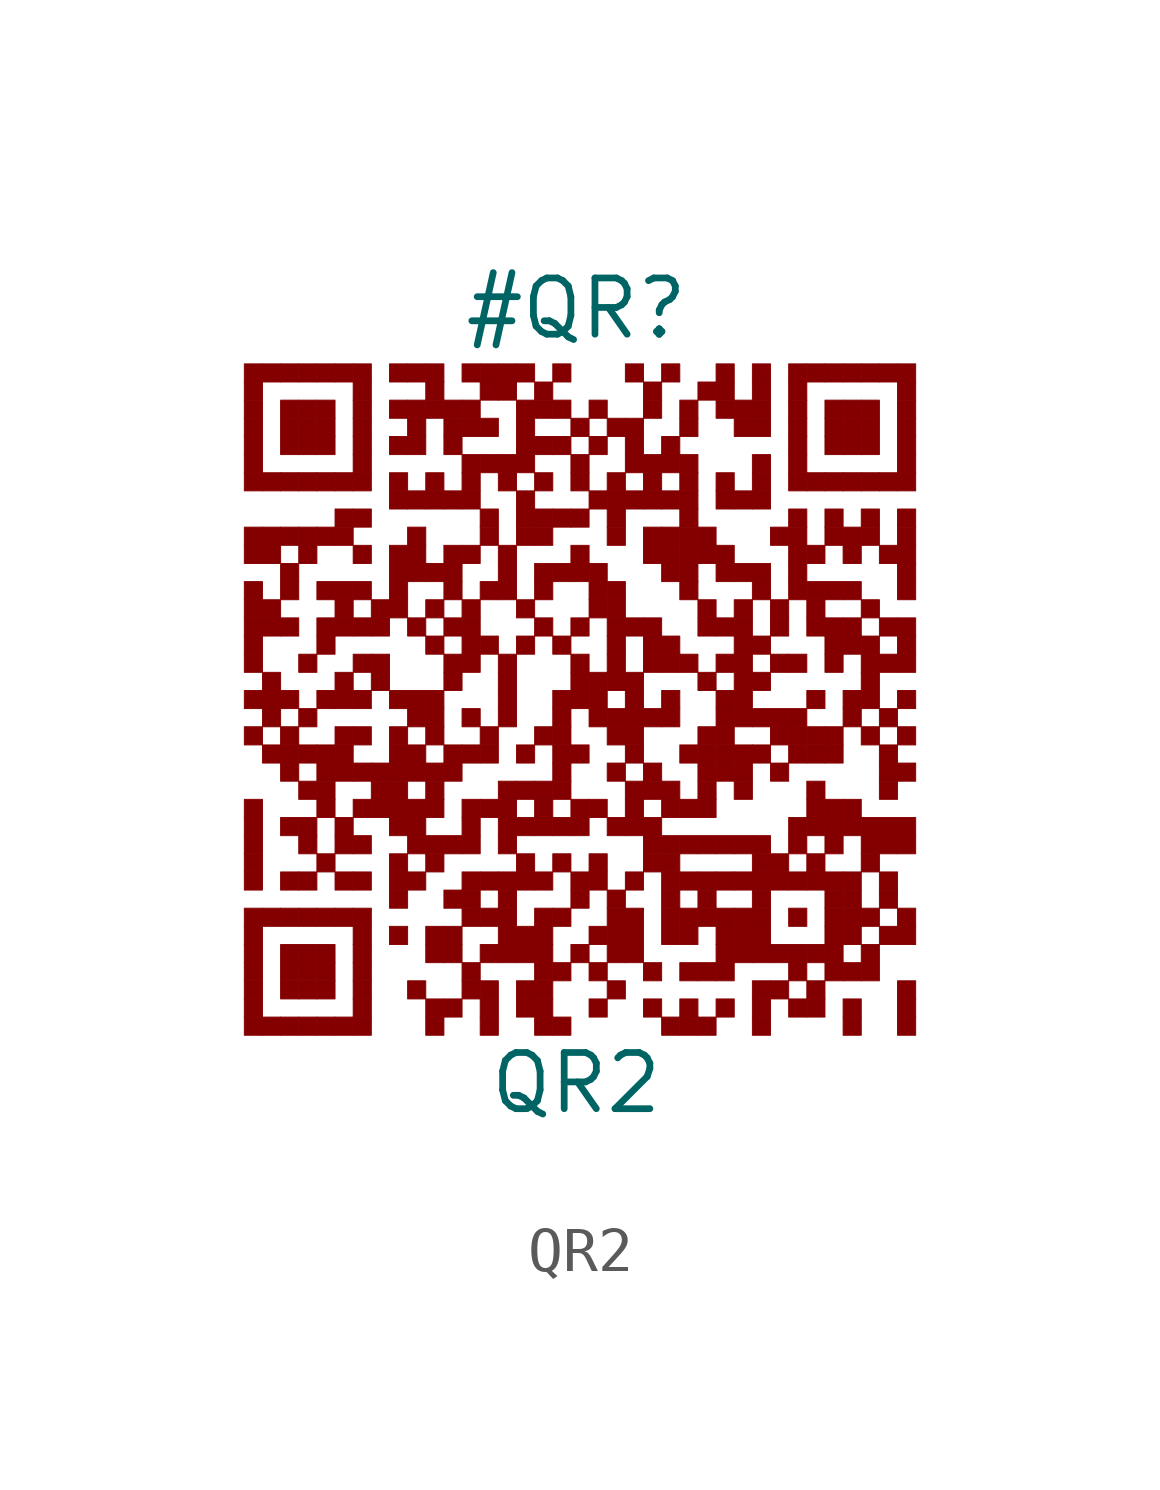
<source format=kicad_sym>
(kicad_symbol_lib
  (version 20211014)
  (generator kibot)
  (symbol "QR2"
    (pin_numbers hide)
    (pin_names hide)
    (property "Reference" "#QR"
      (at 0 8.75 0))
    (property "Value" "QR2"
      (at 0 -8.75 0))
    (rectangle
      (start -7.5 7.5)
      (end -7.09 7.09)
      (stroke (width 0.001) (type default) (color 0 0 0 0))
      (fill (type outline)))
    (rectangle
      (start -7.09 7.5)
      (end -6.68 7.09)
      (stroke (width 0.001) (type default) (color 0 0 0 0))
      (fill (type outline)))
    (rectangle
      (start -6.68 7.5)
      (end -6.27 7.09)
      (stroke (width 0.001) (type default) (color 0 0 0 0))
      (fill (type outline)))
    (rectangle
      (start -6.27 7.5)
      (end -5.86 7.09)
      (stroke (width 0.001) (type default) (color 0 0 0 0))
      (fill (type outline)))
    (rectangle
      (start -5.86 7.5)
      (end -5.45 7.09)
      (stroke (width 0.001) (type default) (color 0 0 0 0))
      (fill (type outline)))
    (rectangle
      (start -5.45 7.5)
      (end -5.04 7.09)
      (stroke (width 0.001) (type default) (color 0 0 0 0))
      (fill (type outline)))
    (rectangle
      (start -5.04 7.5)
      (end -4.63 7.09)
      (stroke (width 0.001) (type default) (color 0 0 0 0))
      (fill (type outline)))
    (rectangle
      (start -4.22 7.5)
      (end -3.81 7.09)
      (stroke (width 0.001) (type default) (color 0 0 0 0))
      (fill (type outline)))
    (rectangle
      (start -3.81 7.5)
      (end -3.4 7.09)
      (stroke (width 0.001) (type default) (color 0 0 0 0))
      (fill (type outline)))
    (rectangle
      (start -3.4 7.5)
      (end -2.99 7.09)
      (stroke (width 0.001) (type default) (color 0 0 0 0))
      (fill (type outline)))
    (rectangle
      (start -2.58 7.5)
      (end -2.17 7.09)
      (stroke (width 0.001) (type default) (color 0 0 0 0))
      (fill (type outline)))
    (rectangle
      (start -2.17 7.5)
      (end -1.76 7.09)
      (stroke (width 0.001) (type default) (color 0 0 0 0))
      (fill (type outline)))
    (rectangle
      (start -1.76 7.5)
      (end -1.35 7.09)
      (stroke (width 0.001) (type default) (color 0 0 0 0))
      (fill (type outline)))
    (rectangle
      (start -1.35 7.5)
      (end -0.94 7.09)
      (stroke (width 0.001) (type default) (color 0 0 0 0))
      (fill (type outline)))
    (rectangle
      (start -0.53 7.5)
      (end -0.12 7.09)
      (stroke (width 0.001) (type default) (color 0 0 0 0))
      (fill (type outline)))
    (rectangle
      (start 1.11 7.5)
      (end 1.52 7.09)
      (stroke (width 0.001) (type default) (color 0 0 0 0))
      (fill (type outline)))
    (rectangle
      (start 1.93 7.5)
      (end 2.34 7.09)
      (stroke (width 0.001) (type default) (color 0 0 0 0))
      (fill (type outline)))
    (rectangle
      (start 3.16 7.5)
      (end 3.57 7.09)
      (stroke (width 0.001) (type default) (color 0 0 0 0))
      (fill (type outline)))
    (rectangle
      (start 3.98 7.5)
      (end 4.39 7.09)
      (stroke (width 0.001) (type default) (color 0 0 0 0))
      (fill (type outline)))
    (rectangle
      (start 4.8 7.5)
      (end 5.21 7.09)
      (stroke (width 0.001) (type default) (color 0 0 0 0))
      (fill (type outline)))
    (rectangle
      (start 5.21 7.5)
      (end 5.62 7.09)
      (stroke (width 0.001) (type default) (color 0 0 0 0))
      (fill (type outline)))
    (rectangle
      (start 5.62 7.5)
      (end 6.03 7.09)
      (stroke (width 0.001) (type default) (color 0 0 0 0))
      (fill (type outline)))
    (rectangle
      (start 6.03 7.5)
      (end 6.44 7.09)
      (stroke (width 0.001) (type default) (color 0 0 0 0))
      (fill (type outline)))
    (rectangle
      (start 6.44 7.5)
      (end 6.85 7.09)
      (stroke (width 0.001) (type default) (color 0 0 0 0))
      (fill (type outline)))
    (rectangle
      (start 6.85 7.5)
      (end 7.26 7.09)
      (stroke (width 0.001) (type default) (color 0 0 0 0))
      (fill (type outline)))
    (rectangle
      (start 7.26 7.5)
      (end 7.67 7.09)
      (stroke (width 0.001) (type default) (color 0 0 0 0))
      (fill (type outline)))
    (rectangle
      (start -7.5 7.09)
      (end -7.09 6.68)
      (stroke (width 0.001) (type default) (color 0 0 0 0))
      (fill (type outline)))
    (rectangle
      (start -5.04 7.09)
      (end -4.63 6.68)
      (stroke (width 0.001) (type default) (color 0 0 0 0))
      (fill (type outline)))
    (rectangle
      (start -3.4 7.09)
      (end -2.99 6.68)
      (stroke (width 0.001) (type default) (color 0 0 0 0))
      (fill (type outline)))
    (rectangle
      (start -2.17 7.09)
      (end -1.76 6.68)
      (stroke (width 0.001) (type default) (color 0 0 0 0))
      (fill (type outline)))
    (rectangle
      (start -1.76 7.09)
      (end -1.35 6.68)
      (stroke (width 0.001) (type default) (color 0 0 0 0))
      (fill (type outline)))
    (rectangle
      (start -0.94 7.09)
      (end -0.53 6.68)
      (stroke (width 0.001) (type default) (color 0 0 0 0))
      (fill (type outline)))
    (rectangle
      (start 1.52 7.09)
      (end 1.93 6.68)
      (stroke (width 0.001) (type default) (color 0 0 0 0))
      (fill (type outline)))
    (rectangle
      (start 2.75 7.09)
      (end 3.16 6.68)
      (stroke (width 0.001) (type default) (color 0 0 0 0))
      (fill (type outline)))
    (rectangle
      (start 3.16 7.09)
      (end 3.57 6.68)
      (stroke (width 0.001) (type default) (color 0 0 0 0))
      (fill (type outline)))
    (rectangle
      (start 3.98 7.09)
      (end 4.39 6.68)
      (stroke (width 0.001) (type default) (color 0 0 0 0))
      (fill (type outline)))
    (rectangle
      (start 4.8 7.09)
      (end 5.21 6.68)
      (stroke (width 0.001) (type default) (color 0 0 0 0))
      (fill (type outline)))
    (rectangle
      (start 7.26 7.09)
      (end 7.67 6.68)
      (stroke (width 0.001) (type default) (color 0 0 0 0))
      (fill (type outline)))
    (rectangle
      (start -7.5 6.68)
      (end -7.09 6.27)
      (stroke (width 0.001) (type default) (color 0 0 0 0))
      (fill (type outline)))
    (rectangle
      (start -6.68 6.68)
      (end -6.27 6.27)
      (stroke (width 0.001) (type default) (color 0 0 0 0))
      (fill (type outline)))
    (rectangle
      (start -6.27 6.68)
      (end -5.86 6.27)
      (stroke (width 0.001) (type default) (color 0 0 0 0))
      (fill (type outline)))
    (rectangle
      (start -5.86 6.68)
      (end -5.45 6.27)
      (stroke (width 0.001) (type default) (color 0 0 0 0))
      (fill (type outline)))
    (rectangle
      (start -5.04 6.68)
      (end -4.63 6.27)
      (stroke (width 0.001) (type default) (color 0 0 0 0))
      (fill (type outline)))
    (rectangle
      (start -4.22 6.68)
      (end -3.81 6.27)
      (stroke (width 0.001) (type default) (color 0 0 0 0))
      (fill (type outline)))
    (rectangle
      (start -3.81 6.68)
      (end -3.4 6.27)
      (stroke (width 0.001) (type default) (color 0 0 0 0))
      (fill (type outline)))
    (rectangle
      (start -3.4 6.68)
      (end -2.99 6.27)
      (stroke (width 0.001) (type default) (color 0 0 0 0))
      (fill (type outline)))
    (rectangle
      (start -2.99 6.68)
      (end -2.58 6.27)
      (stroke (width 0.001) (type default) (color 0 0 0 0))
      (fill (type outline)))
    (rectangle
      (start -2.58 6.68)
      (end -2.17 6.27)
      (stroke (width 0.001) (type default) (color 0 0 0 0))
      (fill (type outline)))
    (rectangle
      (start -1.35 6.68)
      (end -0.94 6.27)
      (stroke (width 0.001) (type default) (color 0 0 0 0))
      (fill (type outline)))
    (rectangle
      (start -0.94 6.68)
      (end -0.53 6.27)
      (stroke (width 0.001) (type default) (color 0 0 0 0))
      (fill (type outline)))
    (rectangle
      (start -0.53 6.68)
      (end -0.12 6.27)
      (stroke (width 0.001) (type default) (color 0 0 0 0))
      (fill (type outline)))
    (rectangle
      (start 0.29 6.68)
      (end 0.7 6.27)
      (stroke (width 0.001) (type default) (color 0 0 0 0))
      (fill (type outline)))
    (rectangle
      (start 1.52 6.68)
      (end 1.93 6.27)
      (stroke (width 0.001) (type default) (color 0 0 0 0))
      (fill (type outline)))
    (rectangle
      (start 2.34 6.68)
      (end 2.75 6.27)
      (stroke (width 0.001) (type default) (color 0 0 0 0))
      (fill (type outline)))
    (rectangle
      (start 3.16 6.68)
      (end 3.57 6.27)
      (stroke (width 0.001) (type default) (color 0 0 0 0))
      (fill (type outline)))
    (rectangle
      (start 3.57 6.68)
      (end 3.98 6.27)
      (stroke (width 0.001) (type default) (color 0 0 0 0))
      (fill (type outline)))
    (rectangle
      (start 3.98 6.68)
      (end 4.39 6.27)
      (stroke (width 0.001) (type default) (color 0 0 0 0))
      (fill (type outline)))
    (rectangle
      (start 4.8 6.68)
      (end 5.21 6.27)
      (stroke (width 0.001) (type default) (color 0 0 0 0))
      (fill (type outline)))
    (rectangle
      (start 5.62 6.68)
      (end 6.03 6.27)
      (stroke (width 0.001) (type default) (color 0 0 0 0))
      (fill (type outline)))
    (rectangle
      (start 6.03 6.68)
      (end 6.44 6.27)
      (stroke (width 0.001) (type default) (color 0 0 0 0))
      (fill (type outline)))
    (rectangle
      (start 6.44 6.68)
      (end 6.85 6.27)
      (stroke (width 0.001) (type default) (color 0 0 0 0))
      (fill (type outline)))
    (rectangle
      (start 7.26 6.68)
      (end 7.67 6.27)
      (stroke (width 0.001) (type default) (color 0 0 0 0))
      (fill (type outline)))
    (rectangle
      (start -7.5 6.27)
      (end -7.09 5.86)
      (stroke (width 0.001) (type default) (color 0 0 0 0))
      (fill (type outline)))
    (rectangle
      (start -6.68 6.27)
      (end -6.27 5.86)
      (stroke (width 0.001) (type default) (color 0 0 0 0))
      (fill (type outline)))
    (rectangle
      (start -6.27 6.27)
      (end -5.86 5.86)
      (stroke (width 0.001) (type default) (color 0 0 0 0))
      (fill (type outline)))
    (rectangle
      (start -5.86 6.27)
      (end -5.45 5.86)
      (stroke (width 0.001) (type default) (color 0 0 0 0))
      (fill (type outline)))
    (rectangle
      (start -5.04 6.27)
      (end -4.63 5.86)
      (stroke (width 0.001) (type default) (color 0 0 0 0))
      (fill (type outline)))
    (rectangle
      (start -3.81 6.27)
      (end -3.4 5.86)
      (stroke (width 0.001) (type default) (color 0 0 0 0))
      (fill (type outline)))
    (rectangle
      (start -2.99 6.27)
      (end -2.58 5.86)
      (stroke (width 0.001) (type default) (color 0 0 0 0))
      (fill (type outline)))
    (rectangle
      (start -2.58 6.27)
      (end -2.17 5.86)
      (stroke (width 0.001) (type default) (color 0 0 0 0))
      (fill (type outline)))
    (rectangle
      (start -2.17 6.27)
      (end -1.76 5.86)
      (stroke (width 0.001) (type default) (color 0 0 0 0))
      (fill (type outline)))
    (rectangle
      (start -1.35 6.27)
      (end -0.94 5.86)
      (stroke (width 0.001) (type default) (color 0 0 0 0))
      (fill (type outline)))
    (rectangle
      (start -0.12 6.27)
      (end 0.29 5.86)
      (stroke (width 0.001) (type default) (color 0 0 0 0))
      (fill (type outline)))
    (rectangle
      (start 0.7 6.27)
      (end 1.11 5.86)
      (stroke (width 0.001) (type default) (color 0 0 0 0))
      (fill (type outline)))
    (rectangle
      (start 1.11 6.27)
      (end 1.52 5.86)
      (stroke (width 0.001) (type default) (color 0 0 0 0))
      (fill (type outline)))
    (rectangle
      (start 2.34 6.27)
      (end 2.75 5.86)
      (stroke (width 0.001) (type default) (color 0 0 0 0))
      (fill (type outline)))
    (rectangle
      (start 3.57 6.27)
      (end 3.98 5.86)
      (stroke (width 0.001) (type default) (color 0 0 0 0))
      (fill (type outline)))
    (rectangle
      (start 3.98 6.27)
      (end 4.39 5.86)
      (stroke (width 0.001) (type default) (color 0 0 0 0))
      (fill (type outline)))
    (rectangle
      (start 4.8 6.27)
      (end 5.21 5.86)
      (stroke (width 0.001) (type default) (color 0 0 0 0))
      (fill (type outline)))
    (rectangle
      (start 5.62 6.27)
      (end 6.03 5.86)
      (stroke (width 0.001) (type default) (color 0 0 0 0))
      (fill (type outline)))
    (rectangle
      (start 6.03 6.27)
      (end 6.44 5.86)
      (stroke (width 0.001) (type default) (color 0 0 0 0))
      (fill (type outline)))
    (rectangle
      (start 6.44 6.27)
      (end 6.85 5.86)
      (stroke (width 0.001) (type default) (color 0 0 0 0))
      (fill (type outline)))
    (rectangle
      (start 7.26 6.27)
      (end 7.67 5.86)
      (stroke (width 0.001) (type default) (color 0 0 0 0))
      (fill (type outline)))
    (rectangle
      (start -7.5 5.86)
      (end -7.09 5.45)
      (stroke (width 0.001) (type default) (color 0 0 0 0))
      (fill (type outline)))
    (rectangle
      (start -6.68 5.86)
      (end -6.27 5.45)
      (stroke (width 0.001) (type default) (color 0 0 0 0))
      (fill (type outline)))
    (rectangle
      (start -6.27 5.86)
      (end -5.86 5.45)
      (stroke (width 0.001) (type default) (color 0 0 0 0))
      (fill (type outline)))
    (rectangle
      (start -5.86 5.86)
      (end -5.45 5.45)
      (stroke (width 0.001) (type default) (color 0 0 0 0))
      (fill (type outline)))
    (rectangle
      (start -5.04 5.86)
      (end -4.63 5.45)
      (stroke (width 0.001) (type default) (color 0 0 0 0))
      (fill (type outline)))
    (rectangle
      (start -4.22 5.86)
      (end -3.81 5.45)
      (stroke (width 0.001) (type default) (color 0 0 0 0))
      (fill (type outline)))
    (rectangle
      (start -3.81 5.86)
      (end -3.4 5.45)
      (stroke (width 0.001) (type default) (color 0 0 0 0))
      (fill (type outline)))
    (rectangle
      (start -2.99 5.86)
      (end -2.58 5.45)
      (stroke (width 0.001) (type default) (color 0 0 0 0))
      (fill (type outline)))
    (rectangle
      (start -1.35 5.86)
      (end -0.94 5.45)
      (stroke (width 0.001) (type default) (color 0 0 0 0))
      (fill (type outline)))
    (rectangle
      (start -0.94 5.86)
      (end -0.53 5.45)
      (stroke (width 0.001) (type default) (color 0 0 0 0))
      (fill (type outline)))
    (rectangle
      (start -0.53 5.86)
      (end -0.12 5.45)
      (stroke (width 0.001) (type default) (color 0 0 0 0))
      (fill (type outline)))
    (rectangle
      (start 0.29 5.86)
      (end 0.7 5.45)
      (stroke (width 0.001) (type default) (color 0 0 0 0))
      (fill (type outline)))
    (rectangle
      (start 1.11 5.86)
      (end 1.52 5.45)
      (stroke (width 0.001) (type default) (color 0 0 0 0))
      (fill (type outline)))
    (rectangle
      (start 1.93 5.86)
      (end 2.34 5.45)
      (stroke (width 0.001) (type default) (color 0 0 0 0))
      (fill (type outline)))
    (rectangle
      (start 4.8 5.86)
      (end 5.21 5.45)
      (stroke (width 0.001) (type default) (color 0 0 0 0))
      (fill (type outline)))
    (rectangle
      (start 5.62 5.86)
      (end 6.03 5.45)
      (stroke (width 0.001) (type default) (color 0 0 0 0))
      (fill (type outline)))
    (rectangle
      (start 6.03 5.86)
      (end 6.44 5.45)
      (stroke (width 0.001) (type default) (color 0 0 0 0))
      (fill (type outline)))
    (rectangle
      (start 6.44 5.86)
      (end 6.85 5.45)
      (stroke (width 0.001) (type default) (color 0 0 0 0))
      (fill (type outline)))
    (rectangle
      (start 7.26 5.86)
      (end 7.67 5.45)
      (stroke (width 0.001) (type default) (color 0 0 0 0))
      (fill (type outline)))
    (rectangle
      (start -7.5 5.45)
      (end -7.09 5.04)
      (stroke (width 0.001) (type default) (color 0 0 0 0))
      (fill (type outline)))
    (rectangle
      (start -5.04 5.45)
      (end -4.63 5.04)
      (stroke (width 0.001) (type default) (color 0 0 0 0))
      (fill (type outline)))
    (rectangle
      (start -2.58 5.45)
      (end -2.17 5.04)
      (stroke (width 0.001) (type default) (color 0 0 0 0))
      (fill (type outline)))
    (rectangle
      (start -2.17 5.45)
      (end -1.76 5.04)
      (stroke (width 0.001) (type default) (color 0 0 0 0))
      (fill (type outline)))
    (rectangle
      (start -1.76 5.45)
      (end -1.35 5.04)
      (stroke (width 0.001) (type default) (color 0 0 0 0))
      (fill (type outline)))
    (rectangle
      (start -1.35 5.45)
      (end -0.94 5.04)
      (stroke (width 0.001) (type default) (color 0 0 0 0))
      (fill (type outline)))
    (rectangle
      (start -0.12 5.45)
      (end 0.29 5.04)
      (stroke (width 0.001) (type default) (color 0 0 0 0))
      (fill (type outline)))
    (rectangle
      (start 1.11 5.45)
      (end 1.52 5.04)
      (stroke (width 0.001) (type default) (color 0 0 0 0))
      (fill (type outline)))
    (rectangle
      (start 1.52 5.45)
      (end 1.93 5.04)
      (stroke (width 0.001) (type default) (color 0 0 0 0))
      (fill (type outline)))
    (rectangle
      (start 1.93 5.45)
      (end 2.34 5.04)
      (stroke (width 0.001) (type default) (color 0 0 0 0))
      (fill (type outline)))
    (rectangle
      (start 2.34 5.45)
      (end 2.75 5.04)
      (stroke (width 0.001) (type default) (color 0 0 0 0))
      (fill (type outline)))
    (rectangle
      (start 3.98 5.45)
      (end 4.39 5.04)
      (stroke (width 0.001) (type default) (color 0 0 0 0))
      (fill (type outline)))
    (rectangle
      (start 4.8 5.45)
      (end 5.21 5.04)
      (stroke (width 0.001) (type default) (color 0 0 0 0))
      (fill (type outline)))
    (rectangle
      (start 7.26 5.45)
      (end 7.67 5.04)
      (stroke (width 0.001) (type default) (color 0 0 0 0))
      (fill (type outline)))
    (rectangle
      (start -7.5 5.04)
      (end -7.09 4.63)
      (stroke (width 0.001) (type default) (color 0 0 0 0))
      (fill (type outline)))
    (rectangle
      (start -7.09 5.04)
      (end -6.68 4.63)
      (stroke (width 0.001) (type default) (color 0 0 0 0))
      (fill (type outline)))
    (rectangle
      (start -6.68 5.04)
      (end -6.27 4.63)
      (stroke (width 0.001) (type default) (color 0 0 0 0))
      (fill (type outline)))
    (rectangle
      (start -6.27 5.04)
      (end -5.86 4.63)
      (stroke (width 0.001) (type default) (color 0 0 0 0))
      (fill (type outline)))
    (rectangle
      (start -5.86 5.04)
      (end -5.45 4.63)
      (stroke (width 0.001) (type default) (color 0 0 0 0))
      (fill (type outline)))
    (rectangle
      (start -5.45 5.04)
      (end -5.04 4.63)
      (stroke (width 0.001) (type default) (color 0 0 0 0))
      (fill (type outline)))
    (rectangle
      (start -5.04 5.04)
      (end -4.63 4.63)
      (stroke (width 0.001) (type default) (color 0 0 0 0))
      (fill (type outline)))
    (rectangle
      (start -4.22 5.04)
      (end -3.81 4.63)
      (stroke (width 0.001) (type default) (color 0 0 0 0))
      (fill (type outline)))
    (rectangle
      (start -3.4 5.04)
      (end -2.99 4.63)
      (stroke (width 0.001) (type default) (color 0 0 0 0))
      (fill (type outline)))
    (rectangle
      (start -2.58 5.04)
      (end -2.17 4.63)
      (stroke (width 0.001) (type default) (color 0 0 0 0))
      (fill (type outline)))
    (rectangle
      (start -1.76 5.04)
      (end -1.35 4.63)
      (stroke (width 0.001) (type default) (color 0 0 0 0))
      (fill (type outline)))
    (rectangle
      (start -0.94 5.04)
      (end -0.53 4.63)
      (stroke (width 0.001) (type default) (color 0 0 0 0))
      (fill (type outline)))
    (rectangle
      (start -0.12 5.04)
      (end 0.29 4.63)
      (stroke (width 0.001) (type default) (color 0 0 0 0))
      (fill (type outline)))
    (rectangle
      (start 0.7 5.04)
      (end 1.11 4.63)
      (stroke (width 0.001) (type default) (color 0 0 0 0))
      (fill (type outline)))
    (rectangle
      (start 1.52 5.04)
      (end 1.93 4.63)
      (stroke (width 0.001) (type default) (color 0 0 0 0))
      (fill (type outline)))
    (rectangle
      (start 2.34 5.04)
      (end 2.75 4.63)
      (stroke (width 0.001) (type default) (color 0 0 0 0))
      (fill (type outline)))
    (rectangle
      (start 3.16 5.04)
      (end 3.57 4.63)
      (stroke (width 0.001) (type default) (color 0 0 0 0))
      (fill (type outline)))
    (rectangle
      (start 3.98 5.04)
      (end 4.39 4.63)
      (stroke (width 0.001) (type default) (color 0 0 0 0))
      (fill (type outline)))
    (rectangle
      (start 4.8 5.04)
      (end 5.21 4.63)
      (stroke (width 0.001) (type default) (color 0 0 0 0))
      (fill (type outline)))
    (rectangle
      (start 5.21 5.04)
      (end 5.62 4.63)
      (stroke (width 0.001) (type default) (color 0 0 0 0))
      (fill (type outline)))
    (rectangle
      (start 5.62 5.04)
      (end 6.03 4.63)
      (stroke (width 0.001) (type default) (color 0 0 0 0))
      (fill (type outline)))
    (rectangle
      (start 6.03 5.04)
      (end 6.44 4.63)
      (stroke (width 0.001) (type default) (color 0 0 0 0))
      (fill (type outline)))
    (rectangle
      (start 6.44 5.04)
      (end 6.85 4.63)
      (stroke (width 0.001) (type default) (color 0 0 0 0))
      (fill (type outline)))
    (rectangle
      (start 6.85 5.04)
      (end 7.26 4.63)
      (stroke (width 0.001) (type default) (color 0 0 0 0))
      (fill (type outline)))
    (rectangle
      (start 7.26 5.04)
      (end 7.67 4.63)
      (stroke (width 0.001) (type default) (color 0 0 0 0))
      (fill (type outline)))
    (rectangle
      (start -4.22 4.63)
      (end -3.81 4.22)
      (stroke (width 0.001) (type default) (color 0 0 0 0))
      (fill (type outline)))
    (rectangle
      (start -3.81 4.63)
      (end -3.4 4.22)
      (stroke (width 0.001) (type default) (color 0 0 0 0))
      (fill (type outline)))
    (rectangle
      (start -3.4 4.63)
      (end -2.99 4.22)
      (stroke (width 0.001) (type default) (color 0 0 0 0))
      (fill (type outline)))
    (rectangle
      (start -2.99 4.63)
      (end -2.58 4.22)
      (stroke (width 0.001) (type default) (color 0 0 0 0))
      (fill (type outline)))
    (rectangle
      (start -2.58 4.63)
      (end -2.17 4.22)
      (stroke (width 0.001) (type default) (color 0 0 0 0))
      (fill (type outline)))
    (rectangle
      (start -1.35 4.63)
      (end -0.94 4.22)
      (stroke (width 0.001) (type default) (color 0 0 0 0))
      (fill (type outline)))
    (rectangle
      (start 0.29 4.63)
      (end 0.7 4.22)
      (stroke (width 0.001) (type default) (color 0 0 0 0))
      (fill (type outline)))
    (rectangle
      (start 0.7 4.63)
      (end 1.11 4.22)
      (stroke (width 0.001) (type default) (color 0 0 0 0))
      (fill (type outline)))
    (rectangle
      (start 1.11 4.63)
      (end 1.52 4.22)
      (stroke (width 0.001) (type default) (color 0 0 0 0))
      (fill (type outline)))
    (rectangle
      (start 1.52 4.63)
      (end 1.93 4.22)
      (stroke (width 0.001) (type default) (color 0 0 0 0))
      (fill (type outline)))
    (rectangle
      (start 1.93 4.63)
      (end 2.34 4.22)
      (stroke (width 0.001) (type default) (color 0 0 0 0))
      (fill (type outline)))
    (rectangle
      (start 2.34 4.63)
      (end 2.75 4.22)
      (stroke (width 0.001) (type default) (color 0 0 0 0))
      (fill (type outline)))
    (rectangle
      (start 3.16 4.63)
      (end 3.57 4.22)
      (stroke (width 0.001) (type default) (color 0 0 0 0))
      (fill (type outline)))
    (rectangle
      (start 3.57 4.63)
      (end 3.98 4.22)
      (stroke (width 0.001) (type default) (color 0 0 0 0))
      (fill (type outline)))
    (rectangle
      (start 3.98 4.63)
      (end 4.39 4.22)
      (stroke (width 0.001) (type default) (color 0 0 0 0))
      (fill (type outline)))
    (rectangle
      (start -5.45 4.22)
      (end -5.04 3.81)
      (stroke (width 0.001) (type default) (color 0 0 0 0))
      (fill (type outline)))
    (rectangle
      (start -5.04 4.22)
      (end -4.63 3.81)
      (stroke (width 0.001) (type default) (color 0 0 0 0))
      (fill (type outline)))
    (rectangle
      (start -2.17 4.22)
      (end -1.76 3.81)
      (stroke (width 0.001) (type default) (color 0 0 0 0))
      (fill (type outline)))
    (rectangle
      (start -1.35 4.22)
      (end -0.94 3.81)
      (stroke (width 0.001) (type default) (color 0 0 0 0))
      (fill (type outline)))
    (rectangle
      (start -0.94 4.22)
      (end -0.53 3.81)
      (stroke (width 0.001) (type default) (color 0 0 0 0))
      (fill (type outline)))
    (rectangle
      (start -0.53 4.22)
      (end -0.12 3.81)
      (stroke (width 0.001) (type default) (color 0 0 0 0))
      (fill (type outline)))
    (rectangle
      (start -0.12 4.22)
      (end 0.29 3.81)
      (stroke (width 0.001) (type default) (color 0 0 0 0))
      (fill (type outline)))
    (rectangle
      (start 0.7 4.22)
      (end 1.11 3.81)
      (stroke (width 0.001) (type default) (color 0 0 0 0))
      (fill (type outline)))
    (rectangle
      (start 2.34 4.22)
      (end 2.75 3.81)
      (stroke (width 0.001) (type default) (color 0 0 0 0))
      (fill (type outline)))
    (rectangle
      (start 4.8 4.22)
      (end 5.21 3.81)
      (stroke (width 0.001) (type default) (color 0 0 0 0))
      (fill (type outline)))
    (rectangle
      (start 5.62 4.22)
      (end 6.03 3.81)
      (stroke (width 0.001) (type default) (color 0 0 0 0))
      (fill (type outline)))
    (rectangle
      (start 6.44 4.22)
      (end 6.85 3.81)
      (stroke (width 0.001) (type default) (color 0 0 0 0))
      (fill (type outline)))
    (rectangle
      (start 7.26 4.22)
      (end 7.67 3.81)
      (stroke (width 0.001) (type default) (color 0 0 0 0))
      (fill (type outline)))
    (rectangle
      (start -7.5 3.81)
      (end -7.09 3.4)
      (stroke (width 0.001) (type default) (color 0 0 0 0))
      (fill (type outline)))
    (rectangle
      (start -7.09 3.81)
      (end -6.68 3.4)
      (stroke (width 0.001) (type default) (color 0 0 0 0))
      (fill (type outline)))
    (rectangle
      (start -6.68 3.81)
      (end -6.27 3.4)
      (stroke (width 0.001) (type default) (color 0 0 0 0))
      (fill (type outline)))
    (rectangle
      (start -6.27 3.81)
      (end -5.86 3.4)
      (stroke (width 0.001) (type default) (color 0 0 0 0))
      (fill (type outline)))
    (rectangle
      (start -5.86 3.81)
      (end -5.45 3.4)
      (stroke (width 0.001) (type default) (color 0 0 0 0))
      (fill (type outline)))
    (rectangle
      (start -5.45 3.81)
      (end -5.04 3.4)
      (stroke (width 0.001) (type default) (color 0 0 0 0))
      (fill (type outline)))
    (rectangle
      (start -3.81 3.81)
      (end -3.4 3.4)
      (stroke (width 0.001) (type default) (color 0 0 0 0))
      (fill (type outline)))
    (rectangle
      (start -2.17 3.81)
      (end -1.76 3.4)
      (stroke (width 0.001) (type default) (color 0 0 0 0))
      (fill (type outline)))
    (rectangle
      (start -1.35 3.81)
      (end -0.94 3.4)
      (stroke (width 0.001) (type default) (color 0 0 0 0))
      (fill (type outline)))
    (rectangle
      (start -0.94 3.81)
      (end -0.53 3.4)
      (stroke (width 0.001) (type default) (color 0 0 0 0))
      (fill (type outline)))
    (rectangle
      (start 0.7 3.81)
      (end 1.11 3.4)
      (stroke (width 0.001) (type default) (color 0 0 0 0))
      (fill (type outline)))
    (rectangle
      (start 1.52 3.81)
      (end 1.93 3.4)
      (stroke (width 0.001) (type default) (color 0 0 0 0))
      (fill (type outline)))
    (rectangle
      (start 1.93 3.81)
      (end 2.34 3.4)
      (stroke (width 0.001) (type default) (color 0 0 0 0))
      (fill (type outline)))
    (rectangle
      (start 2.34 3.81)
      (end 2.75 3.4)
      (stroke (width 0.001) (type default) (color 0 0 0 0))
      (fill (type outline)))
    (rectangle
      (start 2.75 3.81)
      (end 3.16 3.4)
      (stroke (width 0.001) (type default) (color 0 0 0 0))
      (fill (type outline)))
    (rectangle
      (start 4.39 3.81)
      (end 4.8 3.4)
      (stroke (width 0.001) (type default) (color 0 0 0 0))
      (fill (type outline)))
    (rectangle
      (start 4.8 3.81)
      (end 5.21 3.4)
      (stroke (width 0.001) (type default) (color 0 0 0 0))
      (fill (type outline)))
    (rectangle
      (start 5.62 3.81)
      (end 6.03 3.4)
      (stroke (width 0.001) (type default) (color 0 0 0 0))
      (fill (type outline)))
    (rectangle
      (start 6.03 3.81)
      (end 6.44 3.4)
      (stroke (width 0.001) (type default) (color 0 0 0 0))
      (fill (type outline)))
    (rectangle
      (start 6.44 3.81)
      (end 6.85 3.4)
      (stroke (width 0.001) (type default) (color 0 0 0 0))
      (fill (type outline)))
    (rectangle
      (start 7.26 3.81)
      (end 7.67 3.4)
      (stroke (width 0.001) (type default) (color 0 0 0 0))
      (fill (type outline)))
    (rectangle
      (start -7.5 3.4)
      (end -7.09 2.99)
      (stroke (width 0.001) (type default) (color 0 0 0 0))
      (fill (type outline)))
    (rectangle
      (start -7.09 3.4)
      (end -6.68 2.99)
      (stroke (width 0.001) (type default) (color 0 0 0 0))
      (fill (type outline)))
    (rectangle
      (start -6.27 3.4)
      (end -5.86 2.99)
      (stroke (width 0.001) (type default) (color 0 0 0 0))
      (fill (type outline)))
    (rectangle
      (start -5.04 3.4)
      (end -4.63 2.99)
      (stroke (width 0.001) (type default) (color 0 0 0 0))
      (fill (type outline)))
    (rectangle
      (start -4.22 3.4)
      (end -3.81 2.99)
      (stroke (width 0.001) (type default) (color 0 0 0 0))
      (fill (type outline)))
    (rectangle
      (start -3.81 3.4)
      (end -3.4 2.99)
      (stroke (width 0.001) (type default) (color 0 0 0 0))
      (fill (type outline)))
    (rectangle
      (start -2.99 3.4)
      (end -2.58 2.99)
      (stroke (width 0.001) (type default) (color 0 0 0 0))
      (fill (type outline)))
    (rectangle
      (start -2.58 3.4)
      (end -2.17 2.99)
      (stroke (width 0.001) (type default) (color 0 0 0 0))
      (fill (type outline)))
    (rectangle
      (start -1.76 3.4)
      (end -1.35 2.99)
      (stroke (width 0.001) (type default) (color 0 0 0 0))
      (fill (type outline)))
    (rectangle
      (start -0.12 3.4)
      (end 0.29 2.99)
      (stroke (width 0.001) (type default) (color 0 0 0 0))
      (fill (type outline)))
    (rectangle
      (start 1.52 3.4)
      (end 1.93 2.99)
      (stroke (width 0.001) (type default) (color 0 0 0 0))
      (fill (type outline)))
    (rectangle
      (start 1.93 3.4)
      (end 2.34 2.99)
      (stroke (width 0.001) (type default) (color 0 0 0 0))
      (fill (type outline)))
    (rectangle
      (start 2.34 3.4)
      (end 2.75 2.99)
      (stroke (width 0.001) (type default) (color 0 0 0 0))
      (fill (type outline)))
    (rectangle
      (start 2.75 3.4)
      (end 3.16 2.99)
      (stroke (width 0.001) (type default) (color 0 0 0 0))
      (fill (type outline)))
    (rectangle
      (start 3.16 3.4)
      (end 3.57 2.99)
      (stroke (width 0.001) (type default) (color 0 0 0 0))
      (fill (type outline)))
    (rectangle
      (start 4.8 3.4)
      (end 5.21 2.99)
      (stroke (width 0.001) (type default) (color 0 0 0 0))
      (fill (type outline)))
    (rectangle
      (start 5.21 3.4)
      (end 5.62 2.99)
      (stroke (width 0.001) (type default) (color 0 0 0 0))
      (fill (type outline)))
    (rectangle
      (start 6.03 3.4)
      (end 6.44 2.99)
      (stroke (width 0.001) (type default) (color 0 0 0 0))
      (fill (type outline)))
    (rectangle
      (start 6.85 3.4)
      (end 7.26 2.99)
      (stroke (width 0.001) (type default) (color 0 0 0 0))
      (fill (type outline)))
    (rectangle
      (start 7.26 3.4)
      (end 7.67 2.99)
      (stroke (width 0.001) (type default) (color 0 0 0 0))
      (fill (type outline)))
    (rectangle
      (start -6.68 2.99)
      (end -6.27 2.58)
      (stroke (width 0.001) (type default) (color 0 0 0 0))
      (fill (type outline)))
    (rectangle
      (start -4.22 2.99)
      (end -3.81 2.58)
      (stroke (width 0.001) (type default) (color 0 0 0 0))
      (fill (type outline)))
    (rectangle
      (start -3.81 2.99)
      (end -3.4 2.58)
      (stroke (width 0.001) (type default) (color 0 0 0 0))
      (fill (type outline)))
    (rectangle
      (start -3.4 2.99)
      (end -2.99 2.58)
      (stroke (width 0.001) (type default) (color 0 0 0 0))
      (fill (type outline)))
    (rectangle
      (start -2.99 2.99)
      (end -2.58 2.58)
      (stroke (width 0.001) (type default) (color 0 0 0 0))
      (fill (type outline)))
    (rectangle
      (start -1.76 2.99)
      (end -1.35 2.58)
      (stroke (width 0.001) (type default) (color 0 0 0 0))
      (fill (type outline)))
    (rectangle
      (start -0.94 2.99)
      (end -0.53 2.58)
      (stroke (width 0.001) (type default) (color 0 0 0 0))
      (fill (type outline)))
    (rectangle
      (start -0.53 2.99)
      (end -0.12 2.58)
      (stroke (width 0.001) (type default) (color 0 0 0 0))
      (fill (type outline)))
    (rectangle
      (start -0.12 2.99)
      (end 0.29 2.58)
      (stroke (width 0.001) (type default) (color 0 0 0 0))
      (fill (type outline)))
    (rectangle
      (start 0.29 2.99)
      (end 0.7 2.58)
      (stroke (width 0.001) (type default) (color 0 0 0 0))
      (fill (type outline)))
    (rectangle
      (start 1.93 2.99)
      (end 2.34 2.58)
      (stroke (width 0.001) (type default) (color 0 0 0 0))
      (fill (type outline)))
    (rectangle
      (start 2.34 2.99)
      (end 2.75 2.58)
      (stroke (width 0.001) (type default) (color 0 0 0 0))
      (fill (type outline)))
    (rectangle
      (start 3.16 2.99)
      (end 3.57 2.58)
      (stroke (width 0.001) (type default) (color 0 0 0 0))
      (fill (type outline)))
    (rectangle
      (start 3.57 2.99)
      (end 3.98 2.58)
      (stroke (width 0.001) (type default) (color 0 0 0 0))
      (fill (type outline)))
    (rectangle
      (start 3.98 2.99)
      (end 4.39 2.58)
      (stroke (width 0.001) (type default) (color 0 0 0 0))
      (fill (type outline)))
    (rectangle
      (start 4.8 2.99)
      (end 5.21 2.58)
      (stroke (width 0.001) (type default) (color 0 0 0 0))
      (fill (type outline)))
    (rectangle
      (start 7.26 2.99)
      (end 7.67 2.58)
      (stroke (width 0.001) (type default) (color 0 0 0 0))
      (fill (type outline)))
    (rectangle
      (start -7.5 2.58)
      (end -7.09 2.17)
      (stroke (width 0.001) (type default) (color 0 0 0 0))
      (fill (type outline)))
    (rectangle
      (start -6.68 2.58)
      (end -6.27 2.17)
      (stroke (width 0.001) (type default) (color 0 0 0 0))
      (fill (type outline)))
    (rectangle
      (start -5.86 2.58)
      (end -5.45 2.17)
      (stroke (width 0.001) (type default) (color 0 0 0 0))
      (fill (type outline)))
    (rectangle
      (start -5.45 2.58)
      (end -5.04 2.17)
      (stroke (width 0.001) (type default) (color 0 0 0 0))
      (fill (type outline)))
    (rectangle
      (start -5.04 2.58)
      (end -4.63 2.17)
      (stroke (width 0.001) (type default) (color 0 0 0 0))
      (fill (type outline)))
    (rectangle
      (start -4.22 2.58)
      (end -3.81 2.17)
      (stroke (width 0.001) (type default) (color 0 0 0 0))
      (fill (type outline)))
    (rectangle
      (start -2.99 2.58)
      (end -2.58 2.17)
      (stroke (width 0.001) (type default) (color 0 0 0 0))
      (fill (type outline)))
    (rectangle
      (start -2.17 2.58)
      (end -1.76 2.17)
      (stroke (width 0.001) (type default) (color 0 0 0 0))
      (fill (type outline)))
    (rectangle
      (start -1.76 2.58)
      (end -1.35 2.17)
      (stroke (width 0.001) (type default) (color 0 0 0 0))
      (fill (type outline)))
    (rectangle
      (start -0.94 2.58)
      (end -0.53 2.17)
      (stroke (width 0.001) (type default) (color 0 0 0 0))
      (fill (type outline)))
    (rectangle
      (start 0.29 2.58)
      (end 0.7 2.17)
      (stroke (width 0.001) (type default) (color 0 0 0 0))
      (fill (type outline)))
    (rectangle
      (start 0.7 2.58)
      (end 1.11 2.17)
      (stroke (width 0.001) (type default) (color 0 0 0 0))
      (fill (type outline)))
    (rectangle
      (start 2.34 2.58)
      (end 2.75 2.17)
      (stroke (width 0.001) (type default) (color 0 0 0 0))
      (fill (type outline)))
    (rectangle
      (start 3.98 2.58)
      (end 4.39 2.17)
      (stroke (width 0.001) (type default) (color 0 0 0 0))
      (fill (type outline)))
    (rectangle
      (start 4.8 2.58)
      (end 5.21 2.17)
      (stroke (width 0.001) (type default) (color 0 0 0 0))
      (fill (type outline)))
    (rectangle
      (start 5.21 2.58)
      (end 5.62 2.17)
      (stroke (width 0.001) (type default) (color 0 0 0 0))
      (fill (type outline)))
    (rectangle
      (start 5.62 2.58)
      (end 6.03 2.17)
      (stroke (width 0.001) (type default) (color 0 0 0 0))
      (fill (type outline)))
    (rectangle
      (start 6.03 2.58)
      (end 6.44 2.17)
      (stroke (width 0.001) (type default) (color 0 0 0 0))
      (fill (type outline)))
    (rectangle
      (start 7.26 2.58)
      (end 7.67 2.17)
      (stroke (width 0.001) (type default) (color 0 0 0 0))
      (fill (type outline)))
    (rectangle
      (start -7.5 2.17)
      (end -7.09 1.76)
      (stroke (width 0.001) (type default) (color 0 0 0 0))
      (fill (type outline)))
    (rectangle
      (start -7.09 2.17)
      (end -6.68 1.76)
      (stroke (width 0.001) (type default) (color 0 0 0 0))
      (fill (type outline)))
    (rectangle
      (start -5.45 2.17)
      (end -5.04 1.76)
      (stroke (width 0.001) (type default) (color 0 0 0 0))
      (fill (type outline)))
    (rectangle
      (start -4.63 2.17)
      (end -4.22 1.76)
      (stroke (width 0.001) (type default) (color 0 0 0 0))
      (fill (type outline)))
    (rectangle
      (start -4.22 2.17)
      (end -3.81 1.76)
      (stroke (width 0.001) (type default) (color 0 0 0 0))
      (fill (type outline)))
    (rectangle
      (start -3.4 2.17)
      (end -2.99 1.76)
      (stroke (width 0.001) (type default) (color 0 0 0 0))
      (fill (type outline)))
    (rectangle
      (start -2.58 2.17)
      (end -2.17 1.76)
      (stroke (width 0.001) (type default) (color 0 0 0 0))
      (fill (type outline)))
    (rectangle
      (start -1.35 2.17)
      (end -0.94 1.76)
      (stroke (width 0.001) (type default) (color 0 0 0 0))
      (fill (type outline)))
    (rectangle
      (start 0.29 2.17)
      (end 0.7 1.76)
      (stroke (width 0.001) (type default) (color 0 0 0 0))
      (fill (type outline)))
    (rectangle
      (start 0.7 2.17)
      (end 1.11 1.76)
      (stroke (width 0.001) (type default) (color 0 0 0 0))
      (fill (type outline)))
    (rectangle
      (start 2.75 2.17)
      (end 3.16 1.76)
      (stroke (width 0.001) (type default) (color 0 0 0 0))
      (fill (type outline)))
    (rectangle
      (start 3.57 2.17)
      (end 3.98 1.76)
      (stroke (width 0.001) (type default) (color 0 0 0 0))
      (fill (type outline)))
    (rectangle
      (start 4.39 2.17)
      (end 4.8 1.76)
      (stroke (width 0.001) (type default) (color 0 0 0 0))
      (fill (type outline)))
    (rectangle
      (start 5.21 2.17)
      (end 5.62 1.76)
      (stroke (width 0.001) (type default) (color 0 0 0 0))
      (fill (type outline)))
    (rectangle
      (start 6.44 2.17)
      (end 6.85 1.76)
      (stroke (width 0.001) (type default) (color 0 0 0 0))
      (fill (type outline)))
    (rectangle
      (start -7.5 1.76)
      (end -7.09 1.35)
      (stroke (width 0.001) (type default) (color 0 0 0 0))
      (fill (type outline)))
    (rectangle
      (start -7.09 1.76)
      (end -6.68 1.35)
      (stroke (width 0.001) (type default) (color 0 0 0 0))
      (fill (type outline)))
    (rectangle
      (start -6.68 1.76)
      (end -6.27 1.35)
      (stroke (width 0.001) (type default) (color 0 0 0 0))
      (fill (type outline)))
    (rectangle
      (start -5.86 1.76)
      (end -5.45 1.35)
      (stroke (width 0.001) (type default) (color 0 0 0 0))
      (fill (type outline)))
    (rectangle
      (start -5.45 1.76)
      (end -5.04 1.35)
      (stroke (width 0.001) (type default) (color 0 0 0 0))
      (fill (type outline)))
    (rectangle
      (start -5.04 1.76)
      (end -4.63 1.35)
      (stroke (width 0.001) (type default) (color 0 0 0 0))
      (fill (type outline)))
    (rectangle
      (start -4.63 1.76)
      (end -4.22 1.35)
      (stroke (width 0.001) (type default) (color 0 0 0 0))
      (fill (type outline)))
    (rectangle
      (start -3.81 1.76)
      (end -3.4 1.35)
      (stroke (width 0.001) (type default) (color 0 0 0 0))
      (fill (type outline)))
    (rectangle
      (start -2.99 1.76)
      (end -2.58 1.35)
      (stroke (width 0.001) (type default) (color 0 0 0 0))
      (fill (type outline)))
    (rectangle
      (start -2.58 1.76)
      (end -2.17 1.35)
      (stroke (width 0.001) (type default) (color 0 0 0 0))
      (fill (type outline)))
    (rectangle
      (start -0.94 1.76)
      (end -0.53 1.35)
      (stroke (width 0.001) (type default) (color 0 0 0 0))
      (fill (type outline)))
    (rectangle
      (start -0.12 1.76)
      (end 0.29 1.35)
      (stroke (width 0.001) (type default) (color 0 0 0 0))
      (fill (type outline)))
    (rectangle
      (start 0.7 1.76)
      (end 1.11 1.35)
      (stroke (width 0.001) (type default) (color 0 0 0 0))
      (fill (type outline)))
    (rectangle
      (start 1.11 1.76)
      (end 1.52 1.35)
      (stroke (width 0.001) (type default) (color 0 0 0 0))
      (fill (type outline)))
    (rectangle
      (start 1.52 1.76)
      (end 1.93 1.35)
      (stroke (width 0.001) (type default) (color 0 0 0 0))
      (fill (type outline)))
    (rectangle
      (start 2.75 1.76)
      (end 3.16 1.35)
      (stroke (width 0.001) (type default) (color 0 0 0 0))
      (fill (type outline)))
    (rectangle
      (start 3.16 1.76)
      (end 3.57 1.35)
      (stroke (width 0.001) (type default) (color 0 0 0 0))
      (fill (type outline)))
    (rectangle
      (start 3.57 1.76)
      (end 3.98 1.35)
      (stroke (width 0.001) (type default) (color 0 0 0 0))
      (fill (type outline)))
    (rectangle
      (start 4.39 1.76)
      (end 4.8 1.35)
      (stroke (width 0.001) (type default) (color 0 0 0 0))
      (fill (type outline)))
    (rectangle
      (start 5.21 1.76)
      (end 5.62 1.35)
      (stroke (width 0.001) (type default) (color 0 0 0 0))
      (fill (type outline)))
    (rectangle
      (start 5.62 1.76)
      (end 6.03 1.35)
      (stroke (width 0.001) (type default) (color 0 0 0 0))
      (fill (type outline)))
    (rectangle
      (start 6.03 1.76)
      (end 6.44 1.35)
      (stroke (width 0.001) (type default) (color 0 0 0 0))
      (fill (type outline)))
    (rectangle
      (start 6.85 1.76)
      (end 7.26 1.35)
      (stroke (width 0.001) (type default) (color 0 0 0 0))
      (fill (type outline)))
    (rectangle
      (start 7.26 1.76)
      (end 7.67 1.35)
      (stroke (width 0.001) (type default) (color 0 0 0 0))
      (fill (type outline)))
    (rectangle
      (start -7.5 1.35)
      (end -7.09 0.94)
      (stroke (width 0.001) (type default) (color 0 0 0 0))
      (fill (type outline)))
    (rectangle
      (start -5.86 1.35)
      (end -5.45 0.94)
      (stroke (width 0.001) (type default) (color 0 0 0 0))
      (fill (type outline)))
    (rectangle
      (start -3.4 1.35)
      (end -2.99 0.94)
      (stroke (width 0.001) (type default) (color 0 0 0 0))
      (fill (type outline)))
    (rectangle
      (start -2.58 1.35)
      (end -2.17 0.94)
      (stroke (width 0.001) (type default) (color 0 0 0 0))
      (fill (type outline)))
    (rectangle
      (start -2.17 1.35)
      (end -1.76 0.94)
      (stroke (width 0.001) (type default) (color 0 0 0 0))
      (fill (type outline)))
    (rectangle
      (start -1.35 1.35)
      (end -0.94 0.94)
      (stroke (width 0.001) (type default) (color 0 0 0 0))
      (fill (type outline)))
    (rectangle
      (start -0.53 1.35)
      (end -0.12 0.94)
      (stroke (width 0.001) (type default) (color 0 0 0 0))
      (fill (type outline)))
    (rectangle
      (start 0.7 1.35)
      (end 1.11 0.94)
      (stroke (width 0.001) (type default) (color 0 0 0 0))
      (fill (type outline)))
    (rectangle
      (start 1.52 1.35)
      (end 1.93 0.94)
      (stroke (width 0.001) (type default) (color 0 0 0 0))
      (fill (type outline)))
    (rectangle
      (start 1.93 1.35)
      (end 2.34 0.94)
      (stroke (width 0.001) (type default) (color 0 0 0 0))
      (fill (type outline)))
    (rectangle
      (start 3.57 1.35)
      (end 3.98 0.94)
      (stroke (width 0.001) (type default) (color 0 0 0 0))
      (fill (type outline)))
    (rectangle
      (start 3.98 1.35)
      (end 4.39 0.94)
      (stroke (width 0.001) (type default) (color 0 0 0 0))
      (fill (type outline)))
    (rectangle
      (start 5.62 1.35)
      (end 6.03 0.94)
      (stroke (width 0.001) (type default) (color 0 0 0 0))
      (fill (type outline)))
    (rectangle
      (start 6.03 1.35)
      (end 6.44 0.94)
      (stroke (width 0.001) (type default) (color 0 0 0 0))
      (fill (type outline)))
    (rectangle
      (start 6.44 1.35)
      (end 6.85 0.94)
      (stroke (width 0.001) (type default) (color 0 0 0 0))
      (fill (type outline)))
    (rectangle
      (start 7.26 1.35)
      (end 7.67 0.94)
      (stroke (width 0.001) (type default) (color 0 0 0 0))
      (fill (type outline)))
    (rectangle
      (start -7.5 0.94)
      (end -7.09 0.53)
      (stroke (width 0.001) (type default) (color 0 0 0 0))
      (fill (type outline)))
    (rectangle
      (start -6.27 0.94)
      (end -5.86 0.53)
      (stroke (width 0.001) (type default) (color 0 0 0 0))
      (fill (type outline)))
    (rectangle
      (start -5.04 0.94)
      (end -4.63 0.53)
      (stroke (width 0.001) (type default) (color 0 0 0 0))
      (fill (type outline)))
    (rectangle
      (start -4.63 0.94)
      (end -4.22 0.53)
      (stroke (width 0.001) (type default) (color 0 0 0 0))
      (fill (type outline)))
    (rectangle
      (start -2.99 0.94)
      (end -2.58 0.53)
      (stroke (width 0.001) (type default) (color 0 0 0 0))
      (fill (type outline)))
    (rectangle
      (start -2.58 0.94)
      (end -2.17 0.53)
      (stroke (width 0.001) (type default) (color 0 0 0 0))
      (fill (type outline)))
    (rectangle
      (start -1.76 0.94)
      (end -1.35 0.53)
      (stroke (width 0.001) (type default) (color 0 0 0 0))
      (fill (type outline)))
    (rectangle
      (start -0.12 0.94)
      (end 0.29 0.53)
      (stroke (width 0.001) (type default) (color 0 0 0 0))
      (fill (type outline)))
    (rectangle
      (start 0.7 0.94)
      (end 1.11 0.53)
      (stroke (width 0.001) (type default) (color 0 0 0 0))
      (fill (type outline)))
    (rectangle
      (start 1.52 0.94)
      (end 1.93 0.53)
      (stroke (width 0.001) (type default) (color 0 0 0 0))
      (fill (type outline)))
    (rectangle
      (start 1.93 0.94)
      (end 2.34 0.53)
      (stroke (width 0.001) (type default) (color 0 0 0 0))
      (fill (type outline)))
    (rectangle
      (start 2.34 0.94)
      (end 2.75 0.53)
      (stroke (width 0.001) (type default) (color 0 0 0 0))
      (fill (type outline)))
    (rectangle
      (start 3.16 0.94)
      (end 3.57 0.53)
      (stroke (width 0.001) (type default) (color 0 0 0 0))
      (fill (type outline)))
    (rectangle
      (start 3.57 0.94)
      (end 3.98 0.53)
      (stroke (width 0.001) (type default) (color 0 0 0 0))
      (fill (type outline)))
    (rectangle
      (start 4.39 0.94)
      (end 4.8 0.53)
      (stroke (width 0.001) (type default) (color 0 0 0 0))
      (fill (type outline)))
    (rectangle
      (start 4.8 0.94)
      (end 5.21 0.53)
      (stroke (width 0.001) (type default) (color 0 0 0 0))
      (fill (type outline)))
    (rectangle
      (start 5.62 0.94)
      (end 6.03 0.53)
      (stroke (width 0.001) (type default) (color 0 0 0 0))
      (fill (type outline)))
    (rectangle
      (start 6.44 0.94)
      (end 6.85 0.53)
      (stroke (width 0.001) (type default) (color 0 0 0 0))
      (fill (type outline)))
    (rectangle
      (start 6.85 0.94)
      (end 7.26 0.53)
      (stroke (width 0.001) (type default) (color 0 0 0 0))
      (fill (type outline)))
    (rectangle
      (start 7.26 0.94)
      (end 7.67 0.53)
      (stroke (width 0.001) (type default) (color 0 0 0 0))
      (fill (type outline)))
    (rectangle
      (start -7.09 0.53)
      (end -6.68 0.12)
      (stroke (width 0.001) (type default) (color 0 0 0 0))
      (fill (type outline)))
    (rectangle
      (start -5.45 0.53)
      (end -5.04 0.12)
      (stroke (width 0.001) (type default) (color 0 0 0 0))
      (fill (type outline)))
    (rectangle
      (start -4.63 0.53)
      (end -4.22 0.12)
      (stroke (width 0.001) (type default) (color 0 0 0 0))
      (fill (type outline)))
    (rectangle
      (start -2.99 0.53)
      (end -2.58 0.12)
      (stroke (width 0.001) (type default) (color 0 0 0 0))
      (fill (type outline)))
    (rectangle
      (start -1.76 0.53)
      (end -1.35 0.12)
      (stroke (width 0.001) (type default) (color 0 0 0 0))
      (fill (type outline)))
    (rectangle
      (start -0.12 0.53)
      (end 0.29 0.12)
      (stroke (width 0.001) (type default) (color 0 0 0 0))
      (fill (type outline)))
    (rectangle
      (start 0.29 0.53)
      (end 0.7 0.12)
      (stroke (width 0.001) (type default) (color 0 0 0 0))
      (fill (type outline)))
    (rectangle
      (start 0.7 0.53)
      (end 1.11 0.12)
      (stroke (width 0.001) (type default) (color 0 0 0 0))
      (fill (type outline)))
    (rectangle
      (start 1.11 0.53)
      (end 1.52 0.12)
      (stroke (width 0.001) (type default) (color 0 0 0 0))
      (fill (type outline)))
    (rectangle
      (start 2.75 0.53)
      (end 3.16 0.12)
      (stroke (width 0.001) (type default) (color 0 0 0 0))
      (fill (type outline)))
    (rectangle
      (start 3.57 0.53)
      (end 3.98 0.12)
      (stroke (width 0.001) (type default) (color 0 0 0 0))
      (fill (type outline)))
    (rectangle
      (start 3.98 0.53)
      (end 4.39 0.12)
      (stroke (width 0.001) (type default) (color 0 0 0 0))
      (fill (type outline)))
    (rectangle
      (start 6.44 0.53)
      (end 6.85 0.12)
      (stroke (width 0.001) (type default) (color 0 0 0 0))
      (fill (type outline)))
    (rectangle
      (start -7.5 0.12)
      (end -7.09 -0.29)
      (stroke (width 0.001) (type default) (color 0 0 0 0))
      (fill (type outline)))
    (rectangle
      (start -7.09 0.12)
      (end -6.68 -0.29)
      (stroke (width 0.001) (type default) (color 0 0 0 0))
      (fill (type outline)))
    (rectangle
      (start -6.68 0.12)
      (end -6.27 -0.29)
      (stroke (width 0.001) (type default) (color 0 0 0 0))
      (fill (type outline)))
    (rectangle
      (start -5.86 0.12)
      (end -5.45 -0.29)
      (stroke (width 0.001) (type default) (color 0 0 0 0))
      (fill (type outline)))
    (rectangle
      (start -5.45 0.12)
      (end -5.04 -0.29)
      (stroke (width 0.001) (type default) (color 0 0 0 0))
      (fill (type outline)))
    (rectangle
      (start -5.04 0.12)
      (end -4.63 -0.29)
      (stroke (width 0.001) (type default) (color 0 0 0 0))
      (fill (type outline)))
    (rectangle
      (start -4.22 0.12)
      (end -3.81 -0.29)
      (stroke (width 0.001) (type default) (color 0 0 0 0))
      (fill (type outline)))
    (rectangle
      (start -3.81 0.12)
      (end -3.4 -0.29)
      (stroke (width 0.001) (type default) (color 0 0 0 0))
      (fill (type outline)))
    (rectangle
      (start -3.4 0.12)
      (end -2.99 -0.29)
      (stroke (width 0.001) (type default) (color 0 0 0 0))
      (fill (type outline)))
    (rectangle
      (start -1.76 0.12)
      (end -1.35 -0.29)
      (stroke (width 0.001) (type default) (color 0 0 0 0))
      (fill (type outline)))
    (rectangle
      (start -0.53 0.12)
      (end -0.12 -0.29)
      (stroke (width 0.001) (type default) (color 0 0 0 0))
      (fill (type outline)))
    (rectangle
      (start -0.12 0.12)
      (end 0.29 -0.29)
      (stroke (width 0.001) (type default) (color 0 0 0 0))
      (fill (type outline)))
    (rectangle
      (start 0.29 0.12)
      (end 0.7 -0.29)
      (stroke (width 0.001) (type default) (color 0 0 0 0))
      (fill (type outline)))
    (rectangle
      (start 1.11 0.12)
      (end 1.52 -0.29)
      (stroke (width 0.001) (type default) (color 0 0 0 0))
      (fill (type outline)))
    (rectangle
      (start 1.93 0.12)
      (end 2.34 -0.29)
      (stroke (width 0.001) (type default) (color 0 0 0 0))
      (fill (type outline)))
    (rectangle
      (start 3.16 0.12)
      (end 3.57 -0.29)
      (stroke (width 0.001) (type default) (color 0 0 0 0))
      (fill (type outline)))
    (rectangle
      (start 3.57 0.12)
      (end 3.98 -0.29)
      (stroke (width 0.001) (type default) (color 0 0 0 0))
      (fill (type outline)))
    (rectangle
      (start 5.21 0.12)
      (end 5.62 -0.29)
      (stroke (width 0.001) (type default) (color 0 0 0 0))
      (fill (type outline)))
    (rectangle
      (start 6.03 0.12)
      (end 6.44 -0.29)
      (stroke (width 0.001) (type default) (color 0 0 0 0))
      (fill (type outline)))
    (rectangle
      (start 6.44 0.12)
      (end 6.85 -0.29)
      (stroke (width 0.001) (type default) (color 0 0 0 0))
      (fill (type outline)))
    (rectangle
      (start 7.26 0.12)
      (end 7.67 -0.29)
      (stroke (width 0.001) (type default) (color 0 0 0 0))
      (fill (type outline)))
    (rectangle
      (start -7.09 -0.29)
      (end -6.68 -0.7)
      (stroke (width 0.001) (type default) (color 0 0 0 0))
      (fill (type outline)))
    (rectangle
      (start -6.27 -0.29)
      (end -5.86 -0.7)
      (stroke (width 0.001) (type default) (color 0 0 0 0))
      (fill (type outline)))
    (rectangle
      (start -3.81 -0.29)
      (end -3.4 -0.7)
      (stroke (width 0.001) (type default) (color 0 0 0 0))
      (fill (type outline)))
    (rectangle
      (start -3.4 -0.29)
      (end -2.99 -0.7)
      (stroke (width 0.001) (type default) (color 0 0 0 0))
      (fill (type outline)))
    (rectangle
      (start -2.58 -0.29)
      (end -2.17 -0.7)
      (stroke (width 0.001) (type default) (color 0 0 0 0))
      (fill (type outline)))
    (rectangle
      (start -1.76 -0.29)
      (end -1.35 -0.7)
      (stroke (width 0.001) (type default) (color 0 0 0 0))
      (fill (type outline)))
    (rectangle
      (start -0.53 -0.29)
      (end -0.12 -0.7)
      (stroke (width 0.001) (type default) (color 0 0 0 0))
      (fill (type outline)))
    (rectangle
      (start 0.29 -0.29)
      (end 0.7 -0.7)
      (stroke (width 0.001) (type default) (color 0 0 0 0))
      (fill (type outline)))
    (rectangle
      (start 0.7 -0.29)
      (end 1.11 -0.7)
      (stroke (width 0.001) (type default) (color 0 0 0 0))
      (fill (type outline)))
    (rectangle
      (start 1.11 -0.29)
      (end 1.52 -0.7)
      (stroke (width 0.001) (type default) (color 0 0 0 0))
      (fill (type outline)))
    (rectangle
      (start 1.52 -0.29)
      (end 1.93 -0.7)
      (stroke (width 0.001) (type default) (color 0 0 0 0))
      (fill (type outline)))
    (rectangle
      (start 1.93 -0.29)
      (end 2.34 -0.7)
      (stroke (width 0.001) (type default) (color 0 0 0 0))
      (fill (type outline)))
    (rectangle
      (start 3.16 -0.29)
      (end 3.57 -0.7)
      (stroke (width 0.001) (type default) (color 0 0 0 0))
      (fill (type outline)))
    (rectangle
      (start 3.57 -0.29)
      (end 3.98 -0.7)
      (stroke (width 0.001) (type default) (color 0 0 0 0))
      (fill (type outline)))
    (rectangle
      (start 3.98 -0.29)
      (end 4.39 -0.7)
      (stroke (width 0.001) (type default) (color 0 0 0 0))
      (fill (type outline)))
    (rectangle
      (start 4.39 -0.29)
      (end 4.8 -0.7)
      (stroke (width 0.001) (type default) (color 0 0 0 0))
      (fill (type outline)))
    (rectangle
      (start 4.8 -0.29)
      (end 5.21 -0.7)
      (stroke (width 0.001) (type default) (color 0 0 0 0))
      (fill (type outline)))
    (rectangle
      (start 6.03 -0.29)
      (end 6.44 -0.7)
      (stroke (width 0.001) (type default) (color 0 0 0 0))
      (fill (type outline)))
    (rectangle
      (start 6.85 -0.29)
      (end 7.26 -0.7)
      (stroke (width 0.001) (type default) (color 0 0 0 0))
      (fill (type outline)))
    (rectangle
      (start -7.5 -0.7)
      (end -7.09 -1.11)
      (stroke (width 0.001) (type default) (color 0 0 0 0))
      (fill (type outline)))
    (rectangle
      (start -6.68 -0.7)
      (end -6.27 -1.11)
      (stroke (width 0.001) (type default) (color 0 0 0 0))
      (fill (type outline)))
    (rectangle
      (start -5.45 -0.7)
      (end -5.04 -1.11)
      (stroke (width 0.001) (type default) (color 0 0 0 0))
      (fill (type outline)))
    (rectangle
      (start -5.04 -0.7)
      (end -4.63 -1.11)
      (stroke (width 0.001) (type default) (color 0 0 0 0))
      (fill (type outline)))
    (rectangle
      (start -4.22 -0.7)
      (end -3.81 -1.11)
      (stroke (width 0.001) (type default) (color 0 0 0 0))
      (fill (type outline)))
    (rectangle
      (start -3.4 -0.7)
      (end -2.99 -1.11)
      (stroke (width 0.001) (type default) (color 0 0 0 0))
      (fill (type outline)))
    (rectangle
      (start -2.17 -0.7)
      (end -1.76 -1.11)
      (stroke (width 0.001) (type default) (color 0 0 0 0))
      (fill (type outline)))
    (rectangle
      (start -0.94 -0.7)
      (end -0.53 -1.11)
      (stroke (width 0.001) (type default) (color 0 0 0 0))
      (fill (type outline)))
    (rectangle
      (start -0.53 -0.7)
      (end -0.12 -1.11)
      (stroke (width 0.001) (type default) (color 0 0 0 0))
      (fill (type outline)))
    (rectangle
      (start 0.7 -0.7)
      (end 1.11 -1.11)
      (stroke (width 0.001) (type default) (color 0 0 0 0))
      (fill (type outline)))
    (rectangle
      (start 1.11 -0.7)
      (end 1.52 -1.11)
      (stroke (width 0.001) (type default) (color 0 0 0 0))
      (fill (type outline)))
    (rectangle
      (start 2.75 -0.7)
      (end 3.16 -1.11)
      (stroke (width 0.001) (type default) (color 0 0 0 0))
      (fill (type outline)))
    (rectangle
      (start 3.16 -0.7)
      (end 3.57 -1.11)
      (stroke (width 0.001) (type default) (color 0 0 0 0))
      (fill (type outline)))
    (rectangle
      (start 4.39 -0.7)
      (end 4.8 -1.11)
      (stroke (width 0.001) (type default) (color 0 0 0 0))
      (fill (type outline)))
    (rectangle
      (start 4.8 -0.7)
      (end 5.21 -1.11)
      (stroke (width 0.001) (type default) (color 0 0 0 0))
      (fill (type outline)))
    (rectangle
      (start 5.21 -0.7)
      (end 5.62 -1.11)
      (stroke (width 0.001) (type default) (color 0 0 0 0))
      (fill (type outline)))
    (rectangle
      (start 5.62 -0.7)
      (end 6.03 -1.11)
      (stroke (width 0.001) (type default) (color 0 0 0 0))
      (fill (type outline)))
    (rectangle
      (start 6.44 -0.7)
      (end 6.85 -1.11)
      (stroke (width 0.001) (type default) (color 0 0 0 0))
      (fill (type outline)))
    (rectangle
      (start 7.26 -0.7)
      (end 7.67 -1.11)
      (stroke (width 0.001) (type default) (color 0 0 0 0))
      (fill (type outline)))
    (rectangle
      (start -7.09 -1.11)
      (end -6.68 -1.52)
      (stroke (width 0.001) (type default) (color 0 0 0 0))
      (fill (type outline)))
    (rectangle
      (start -6.68 -1.11)
      (end -6.27 -1.52)
      (stroke (width 0.001) (type default) (color 0 0 0 0))
      (fill (type outline)))
    (rectangle
      (start -6.27 -1.11)
      (end -5.86 -1.52)
      (stroke (width 0.001) (type default) (color 0 0 0 0))
      (fill (type outline)))
    (rectangle
      (start -5.86 -1.11)
      (end -5.45 -1.52)
      (stroke (width 0.001) (type default) (color 0 0 0 0))
      (fill (type outline)))
    (rectangle
      (start -5.45 -1.11)
      (end -5.04 -1.52)
      (stroke (width 0.001) (type default) (color 0 0 0 0))
      (fill (type outline)))
    (rectangle
      (start -4.22 -1.11)
      (end -3.81 -1.52)
      (stroke (width 0.001) (type default) (color 0 0 0 0))
      (fill (type outline)))
    (rectangle
      (start -3.81 -1.11)
      (end -3.4 -1.52)
      (stroke (width 0.001) (type default) (color 0 0 0 0))
      (fill (type outline)))
    (rectangle
      (start -2.99 -1.11)
      (end -2.58 -1.52)
      (stroke (width 0.001) (type default) (color 0 0 0 0))
      (fill (type outline)))
    (rectangle
      (start -2.58 -1.11)
      (end -2.17 -1.52)
      (stroke (width 0.001) (type default) (color 0 0 0 0))
      (fill (type outline)))
    (rectangle
      (start -2.17 -1.11)
      (end -1.76 -1.52)
      (stroke (width 0.001) (type default) (color 0 0 0 0))
      (fill (type outline)))
    (rectangle
      (start -1.35 -1.11)
      (end -0.94 -1.52)
      (stroke (width 0.001) (type default) (color 0 0 0 0))
      (fill (type outline)))
    (rectangle
      (start -0.53 -1.11)
      (end -0.12 -1.52)
      (stroke (width 0.001) (type default) (color 0 0 0 0))
      (fill (type outline)))
    (rectangle
      (start -0.12 -1.11)
      (end 0.29 -1.52)
      (stroke (width 0.001) (type default) (color 0 0 0 0))
      (fill (type outline)))
    (rectangle
      (start 1.11 -1.11)
      (end 1.52 -1.52)
      (stroke (width 0.001) (type default) (color 0 0 0 0))
      (fill (type outline)))
    (rectangle
      (start 2.34 -1.11)
      (end 2.75 -1.52)
      (stroke (width 0.001) (type default) (color 0 0 0 0))
      (fill (type outline)))
    (rectangle
      (start 2.75 -1.11)
      (end 3.16 -1.52)
      (stroke (width 0.001) (type default) (color 0 0 0 0))
      (fill (type outline)))
    (rectangle
      (start 3.16 -1.11)
      (end 3.57 -1.52)
      (stroke (width 0.001) (type default) (color 0 0 0 0))
      (fill (type outline)))
    (rectangle
      (start 3.57 -1.11)
      (end 3.98 -1.52)
      (stroke (width 0.001) (type default) (color 0 0 0 0))
      (fill (type outline)))
    (rectangle
      (start 3.98 -1.11)
      (end 4.39 -1.52)
      (stroke (width 0.001) (type default) (color 0 0 0 0))
      (fill (type outline)))
    (rectangle
      (start 4.8 -1.11)
      (end 5.21 -1.52)
      (stroke (width 0.001) (type default) (color 0 0 0 0))
      (fill (type outline)))
    (rectangle
      (start 5.21 -1.11)
      (end 5.62 -1.52)
      (stroke (width 0.001) (type default) (color 0 0 0 0))
      (fill (type outline)))
    (rectangle
      (start 5.62 -1.11)
      (end 6.03 -1.52)
      (stroke (width 0.001) (type default) (color 0 0 0 0))
      (fill (type outline)))
    (rectangle
      (start 6.85 -1.11)
      (end 7.26 -1.52)
      (stroke (width 0.001) (type default) (color 0 0 0 0))
      (fill (type outline)))
    (rectangle
      (start -6.68 -1.52)
      (end -6.27 -1.93)
      (stroke (width 0.001) (type default) (color 0 0 0 0))
      (fill (type outline)))
    (rectangle
      (start -5.86 -1.52)
      (end -5.45 -1.93)
      (stroke (width 0.001) (type default) (color 0 0 0 0))
      (fill (type outline)))
    (rectangle
      (start -5.45 -1.52)
      (end -5.04 -1.93)
      (stroke (width 0.001) (type default) (color 0 0 0 0))
      (fill (type outline)))
    (rectangle
      (start -5.04 -1.52)
      (end -4.63 -1.93)
      (stroke (width 0.001) (type default) (color 0 0 0 0))
      (fill (type outline)))
    (rectangle
      (start -4.63 -1.52)
      (end -4.22 -1.93)
      (stroke (width 0.001) (type default) (color 0 0 0 0))
      (fill (type outline)))
    (rectangle
      (start -4.22 -1.52)
      (end -3.81 -1.93)
      (stroke (width 0.001) (type default) (color 0 0 0 0))
      (fill (type outline)))
    (rectangle
      (start -3.81 -1.52)
      (end -3.4 -1.93)
      (stroke (width 0.001) (type default) (color 0 0 0 0))
      (fill (type outline)))
    (rectangle
      (start -3.4 -1.52)
      (end -2.99 -1.93)
      (stroke (width 0.001) (type default) (color 0 0 0 0))
      (fill (type outline)))
    (rectangle
      (start -2.99 -1.52)
      (end -2.58 -1.93)
      (stroke (width 0.001) (type default) (color 0 0 0 0))
      (fill (type outline)))
    (rectangle
      (start -0.53 -1.52)
      (end -0.12 -1.93)
      (stroke (width 0.001) (type default) (color 0 0 0 0))
      (fill (type outline)))
    (rectangle
      (start 0.7 -1.52)
      (end 1.11 -1.93)
      (stroke (width 0.001) (type default) (color 0 0 0 0))
      (fill (type outline)))
    (rectangle
      (start 1.52 -1.52)
      (end 1.93 -1.93)
      (stroke (width 0.001) (type default) (color 0 0 0 0))
      (fill (type outline)))
    (rectangle
      (start 2.75 -1.52)
      (end 3.16 -1.93)
      (stroke (width 0.001) (type default) (color 0 0 0 0))
      (fill (type outline)))
    (rectangle
      (start 3.16 -1.52)
      (end 3.57 -1.93)
      (stroke (width 0.001) (type default) (color 0 0 0 0))
      (fill (type outline)))
    (rectangle
      (start 3.57 -1.52)
      (end 3.98 -1.93)
      (stroke (width 0.001) (type default) (color 0 0 0 0))
      (fill (type outline)))
    (rectangle
      (start 4.39 -1.52)
      (end 4.8 -1.93)
      (stroke (width 0.001) (type default) (color 0 0 0 0))
      (fill (type outline)))
    (rectangle
      (start 6.85 -1.52)
      (end 7.26 -1.93)
      (stroke (width 0.001) (type default) (color 0 0 0 0))
      (fill (type outline)))
    (rectangle
      (start 7.26 -1.52)
      (end 7.67 -1.93)
      (stroke (width 0.001) (type default) (color 0 0 0 0))
      (fill (type outline)))
    (rectangle
      (start -6.27 -1.93)
      (end -5.86 -2.34)
      (stroke (width 0.001) (type default) (color 0 0 0 0))
      (fill (type outline)))
    (rectangle
      (start -5.86 -1.93)
      (end -5.45 -2.34)
      (stroke (width 0.001) (type default) (color 0 0 0 0))
      (fill (type outline)))
    (rectangle
      (start -4.63 -1.93)
      (end -4.22 -2.34)
      (stroke (width 0.001) (type default) (color 0 0 0 0))
      (fill (type outline)))
    (rectangle
      (start -4.22 -1.93)
      (end -3.81 -2.34)
      (stroke (width 0.001) (type default) (color 0 0 0 0))
      (fill (type outline)))
    (rectangle
      (start -3.4 -1.93)
      (end -2.99 -2.34)
      (stroke (width 0.001) (type default) (color 0 0 0 0))
      (fill (type outline)))
    (rectangle
      (start -1.76 -1.93)
      (end -1.35 -2.34)
      (stroke (width 0.001) (type default) (color 0 0 0 0))
      (fill (type outline)))
    (rectangle
      (start -1.35 -1.93)
      (end -0.94 -2.34)
      (stroke (width 0.001) (type default) (color 0 0 0 0))
      (fill (type outline)))
    (rectangle
      (start -0.94 -1.93)
      (end -0.53 -2.34)
      (stroke (width 0.001) (type default) (color 0 0 0 0))
      (fill (type outline)))
    (rectangle
      (start -0.53 -1.93)
      (end -0.12 -2.34)
      (stroke (width 0.001) (type default) (color 0 0 0 0))
      (fill (type outline)))
    (rectangle
      (start 1.11 -1.93)
      (end 1.52 -2.34)
      (stroke (width 0.001) (type default) (color 0 0 0 0))
      (fill (type outline)))
    (rectangle
      (start 1.52 -1.93)
      (end 1.93 -2.34)
      (stroke (width 0.001) (type default) (color 0 0 0 0))
      (fill (type outline)))
    (rectangle
      (start 1.93 -1.93)
      (end 2.34 -2.34)
      (stroke (width 0.001) (type default) (color 0 0 0 0))
      (fill (type outline)))
    (rectangle
      (start 2.75 -1.93)
      (end 3.16 -2.34)
      (stroke (width 0.001) (type default) (color 0 0 0 0))
      (fill (type outline)))
    (rectangle
      (start 3.57 -1.93)
      (end 3.98 -2.34)
      (stroke (width 0.001) (type default) (color 0 0 0 0))
      (fill (type outline)))
    (rectangle
      (start 5.21 -1.93)
      (end 5.62 -2.34)
      (stroke (width 0.001) (type default) (color 0 0 0 0))
      (fill (type outline)))
    (rectangle
      (start 6.85 -1.93)
      (end 7.26 -2.34)
      (stroke (width 0.001) (type default) (color 0 0 0 0))
      (fill (type outline)))
    (rectangle
      (start -7.5 -2.34)
      (end -7.09 -2.75)
      (stroke (width 0.001) (type default) (color 0 0 0 0))
      (fill (type outline)))
    (rectangle
      (start -5.86 -2.34)
      (end -5.45 -2.75)
      (stroke (width 0.001) (type default) (color 0 0 0 0))
      (fill (type outline)))
    (rectangle
      (start -5.04 -2.34)
      (end -4.63 -2.75)
      (stroke (width 0.001) (type default) (color 0 0 0 0))
      (fill (type outline)))
    (rectangle
      (start -4.63 -2.34)
      (end -4.22 -2.75)
      (stroke (width 0.001) (type default) (color 0 0 0 0))
      (fill (type outline)))
    (rectangle
      (start -4.22 -2.34)
      (end -3.81 -2.75)
      (stroke (width 0.001) (type default) (color 0 0 0 0))
      (fill (type outline)))
    (rectangle
      (start -3.81 -2.34)
      (end -3.4 -2.75)
      (stroke (width 0.001) (type default) (color 0 0 0 0))
      (fill (type outline)))
    (rectangle
      (start -3.4 -2.34)
      (end -2.99 -2.75)
      (stroke (width 0.001) (type default) (color 0 0 0 0))
      (fill (type outline)))
    (rectangle
      (start -2.58 -2.34)
      (end -2.17 -2.75)
      (stroke (width 0.001) (type default) (color 0 0 0 0))
      (fill (type outline)))
    (rectangle
      (start -2.17 -2.34)
      (end -1.76 -2.75)
      (stroke (width 0.001) (type default) (color 0 0 0 0))
      (fill (type outline)))
    (rectangle
      (start -1.76 -2.34)
      (end -1.35 -2.75)
      (stroke (width 0.001) (type default) (color 0 0 0 0))
      (fill (type outline)))
    (rectangle
      (start -0.94 -2.34)
      (end -0.53 -2.75)
      (stroke (width 0.001) (type default) (color 0 0 0 0))
      (fill (type outline)))
    (rectangle
      (start -0.12 -2.34)
      (end 0.29 -2.75)
      (stroke (width 0.001) (type default) (color 0 0 0 0))
      (fill (type outline)))
    (rectangle
      (start 0.29 -2.34)
      (end 0.7 -2.75)
      (stroke (width 0.001) (type default) (color 0 0 0 0))
      (fill (type outline)))
    (rectangle
      (start 1.11 -2.34)
      (end 1.52 -2.75)
      (stroke (width 0.001) (type default) (color 0 0 0 0))
      (fill (type outline)))
    (rectangle
      (start 1.93 -2.34)
      (end 2.34 -2.75)
      (stroke (width 0.001) (type default) (color 0 0 0 0))
      (fill (type outline)))
    (rectangle
      (start 2.34 -2.34)
      (end 2.75 -2.75)
      (stroke (width 0.001) (type default) (color 0 0 0 0))
      (fill (type outline)))
    (rectangle
      (start 2.75 -2.34)
      (end 3.16 -2.75)
      (stroke (width 0.001) (type default) (color 0 0 0 0))
      (fill (type outline)))
    (rectangle
      (start 5.21 -2.34)
      (end 5.62 -2.75)
      (stroke (width 0.001) (type default) (color 0 0 0 0))
      (fill (type outline)))
    (rectangle
      (start 5.62 -2.34)
      (end 6.03 -2.75)
      (stroke (width 0.001) (type default) (color 0 0 0 0))
      (fill (type outline)))
    (rectangle
      (start 6.03 -2.34)
      (end 6.44 -2.75)
      (stroke (width 0.001) (type default) (color 0 0 0 0))
      (fill (type outline)))
    (rectangle
      (start -7.5 -2.75)
      (end -7.09 -3.16)
      (stroke (width 0.001) (type default) (color 0 0 0 0))
      (fill (type outline)))
    (rectangle
      (start -6.68 -2.75)
      (end -6.27 -3.16)
      (stroke (width 0.001) (type default) (color 0 0 0 0))
      (fill (type outline)))
    (rectangle
      (start -6.27 -2.75)
      (end -5.86 -3.16)
      (stroke (width 0.001) (type default) (color 0 0 0 0))
      (fill (type outline)))
    (rectangle
      (start -5.45 -2.75)
      (end -5.04 -3.16)
      (stroke (width 0.001) (type default) (color 0 0 0 0))
      (fill (type outline)))
    (rectangle
      (start -4.22 -2.75)
      (end -3.81 -3.16)
      (stroke (width 0.001) (type default) (color 0 0 0 0))
      (fill (type outline)))
    (rectangle
      (start -3.81 -2.75)
      (end -3.4 -3.16)
      (stroke (width 0.001) (type default) (color 0 0 0 0))
      (fill (type outline)))
    (rectangle
      (start -2.58 -2.75)
      (end -2.17 -3.16)
      (stroke (width 0.001) (type default) (color 0 0 0 0))
      (fill (type outline)))
    (rectangle
      (start -1.76 -2.75)
      (end -1.35 -3.16)
      (stroke (width 0.001) (type default) (color 0 0 0 0))
      (fill (type outline)))
    (rectangle
      (start -1.35 -2.75)
      (end -0.94 -3.16)
      (stroke (width 0.001) (type default) (color 0 0 0 0))
      (fill (type outline)))
    (rectangle
      (start -0.94 -2.75)
      (end -0.53 -3.16)
      (stroke (width 0.001) (type default) (color 0 0 0 0))
      (fill (type outline)))
    (rectangle
      (start -0.53 -2.75)
      (end -0.12 -3.16)
      (stroke (width 0.001) (type default) (color 0 0 0 0))
      (fill (type outline)))
    (rectangle
      (start -0.12 -2.75)
      (end 0.29 -3.16)
      (stroke (width 0.001) (type default) (color 0 0 0 0))
      (fill (type outline)))
    (rectangle
      (start 0.7 -2.75)
      (end 1.11 -3.16)
      (stroke (width 0.001) (type default) (color 0 0 0 0))
      (fill (type outline)))
    (rectangle
      (start 1.11 -2.75)
      (end 1.52 -3.16)
      (stroke (width 0.001) (type default) (color 0 0 0 0))
      (fill (type outline)))
    (rectangle
      (start 1.52 -2.75)
      (end 1.93 -3.16)
      (stroke (width 0.001) (type default) (color 0 0 0 0))
      (fill (type outline)))
    (rectangle
      (start 4.8 -2.75)
      (end 5.21 -3.16)
      (stroke (width 0.001) (type default) (color 0 0 0 0))
      (fill (type outline)))
    (rectangle
      (start 5.21 -2.75)
      (end 5.62 -3.16)
      (stroke (width 0.001) (type default) (color 0 0 0 0))
      (fill (type outline)))
    (rectangle
      (start 5.62 -2.75)
      (end 6.03 -3.16)
      (stroke (width 0.001) (type default) (color 0 0 0 0))
      (fill (type outline)))
    (rectangle
      (start 6.03 -2.75)
      (end 6.44 -3.16)
      (stroke (width 0.001) (type default) (color 0 0 0 0))
      (fill (type outline)))
    (rectangle
      (start 6.44 -2.75)
      (end 6.85 -3.16)
      (stroke (width 0.001) (type default) (color 0 0 0 0))
      (fill (type outline)))
    (rectangle
      (start 6.85 -2.75)
      (end 7.26 -3.16)
      (stroke (width 0.001) (type default) (color 0 0 0 0))
      (fill (type outline)))
    (rectangle
      (start 7.26 -2.75)
      (end 7.67 -3.16)
      (stroke (width 0.001) (type default) (color 0 0 0 0))
      (fill (type outline)))
    (rectangle
      (start -7.5 -3.16)
      (end -7.09 -3.57)
      (stroke (width 0.001) (type default) (color 0 0 0 0))
      (fill (type outline)))
    (rectangle
      (start -6.27 -3.16)
      (end -5.86 -3.57)
      (stroke (width 0.001) (type default) (color 0 0 0 0))
      (fill (type outline)))
    (rectangle
      (start -5.45 -3.16)
      (end -5.04 -3.57)
      (stroke (width 0.001) (type default) (color 0 0 0 0))
      (fill (type outline)))
    (rectangle
      (start -5.04 -3.16)
      (end -4.63 -3.57)
      (stroke (width 0.001) (type default) (color 0 0 0 0))
      (fill (type outline)))
    (rectangle
      (start -3.81 -3.16)
      (end -3.4 -3.57)
      (stroke (width 0.001) (type default) (color 0 0 0 0))
      (fill (type outline)))
    (rectangle
      (start -3.4 -3.16)
      (end -2.99 -3.57)
      (stroke (width 0.001) (type default) (color 0 0 0 0))
      (fill (type outline)))
    (rectangle
      (start -2.99 -3.16)
      (end -2.58 -3.57)
      (stroke (width 0.001) (type default) (color 0 0 0 0))
      (fill (type outline)))
    (rectangle
      (start -2.58 -3.16)
      (end -2.17 -3.57)
      (stroke (width 0.001) (type default) (color 0 0 0 0))
      (fill (type outline)))
    (rectangle
      (start -1.76 -3.16)
      (end -1.35 -3.57)
      (stroke (width 0.001) (type default) (color 0 0 0 0))
      (fill (type outline)))
    (rectangle
      (start 1.52 -3.16)
      (end 1.93 -3.57)
      (stroke (width 0.001) (type default) (color 0 0 0 0))
      (fill (type outline)))
    (rectangle
      (start 1.93 -3.16)
      (end 2.34 -3.57)
      (stroke (width 0.001) (type default) (color 0 0 0 0))
      (fill (type outline)))
    (rectangle
      (start 2.34 -3.16)
      (end 2.75 -3.57)
      (stroke (width 0.001) (type default) (color 0 0 0 0))
      (fill (type outline)))
    (rectangle
      (start 2.75 -3.16)
      (end 3.16 -3.57)
      (stroke (width 0.001) (type default) (color 0 0 0 0))
      (fill (type outline)))
    (rectangle
      (start 3.16 -3.16)
      (end 3.57 -3.57)
      (stroke (width 0.001) (type default) (color 0 0 0 0))
      (fill (type outline)))
    (rectangle
      (start 3.57 -3.16)
      (end 3.98 -3.57)
      (stroke (width 0.001) (type default) (color 0 0 0 0))
      (fill (type outline)))
    (rectangle
      (start 3.98 -3.16)
      (end 4.39 -3.57)
      (stroke (width 0.001) (type default) (color 0 0 0 0))
      (fill (type outline)))
    (rectangle
      (start 4.8 -3.16)
      (end 5.21 -3.57)
      (stroke (width 0.001) (type default) (color 0 0 0 0))
      (fill (type outline)))
    (rectangle
      (start 5.62 -3.16)
      (end 6.03 -3.57)
      (stroke (width 0.001) (type default) (color 0 0 0 0))
      (fill (type outline)))
    (rectangle
      (start 6.44 -3.16)
      (end 6.85 -3.57)
      (stroke (width 0.001) (type default) (color 0 0 0 0))
      (fill (type outline)))
    (rectangle
      (start 6.85 -3.16)
      (end 7.26 -3.57)
      (stroke (width 0.001) (type default) (color 0 0 0 0))
      (fill (type outline)))
    (rectangle
      (start 7.26 -3.16)
      (end 7.67 -3.57)
      (stroke (width 0.001) (type default) (color 0 0 0 0))
      (fill (type outline)))
    (rectangle
      (start -7.5 -3.57)
      (end -7.09 -3.98)
      (stroke (width 0.001) (type default) (color 0 0 0 0))
      (fill (type outline)))
    (rectangle
      (start -5.86 -3.57)
      (end -5.45 -3.98)
      (stroke (width 0.001) (type default) (color 0 0 0 0))
      (fill (type outline)))
    (rectangle
      (start -4.22 -3.57)
      (end -3.81 -3.98)
      (stroke (width 0.001) (type default) (color 0 0 0 0))
      (fill (type outline)))
    (rectangle
      (start -3.4 -3.57)
      (end -2.99 -3.98)
      (stroke (width 0.001) (type default) (color 0 0 0 0))
      (fill (type outline)))
    (rectangle
      (start -1.35 -3.57)
      (end -0.94 -3.98)
      (stroke (width 0.001) (type default) (color 0 0 0 0))
      (fill (type outline)))
    (rectangle
      (start -0.53 -3.57)
      (end -0.12 -3.98)
      (stroke (width 0.001) (type default) (color 0 0 0 0))
      (fill (type outline)))
    (rectangle
      (start 0.29 -3.57)
      (end 0.7 -3.98)
      (stroke (width 0.001) (type default) (color 0 0 0 0))
      (fill (type outline)))
    (rectangle
      (start 1.52 -3.57)
      (end 1.93 -3.98)
      (stroke (width 0.001) (type default) (color 0 0 0 0))
      (fill (type outline)))
    (rectangle
      (start 1.93 -3.57)
      (end 2.34 -3.98)
      (stroke (width 0.001) (type default) (color 0 0 0 0))
      (fill (type outline)))
    (rectangle
      (start 3.98 -3.57)
      (end 4.39 -3.98)
      (stroke (width 0.001) (type default) (color 0 0 0 0))
      (fill (type outline)))
    (rectangle
      (start 4.39 -3.57)
      (end 4.8 -3.98)
      (stroke (width 0.001) (type default) (color 0 0 0 0))
      (fill (type outline)))
    (rectangle
      (start 5.21 -3.57)
      (end 5.62 -3.98)
      (stroke (width 0.001) (type default) (color 0 0 0 0))
      (fill (type outline)))
    (rectangle
      (start 6.44 -3.57)
      (end 6.85 -3.98)
      (stroke (width 0.001) (type default) (color 0 0 0 0))
      (fill (type outline)))
    (rectangle
      (start -7.5 -3.98)
      (end -7.09 -4.39)
      (stroke (width 0.001) (type default) (color 0 0 0 0))
      (fill (type outline)))
    (rectangle
      (start -6.68 -3.98)
      (end -6.27 -4.39)
      (stroke (width 0.001) (type default) (color 0 0 0 0))
      (fill (type outline)))
    (rectangle
      (start -6.27 -3.98)
      (end -5.86 -4.39)
      (stroke (width 0.001) (type default) (color 0 0 0 0))
      (fill (type outline)))
    (rectangle
      (start -5.45 -3.98)
      (end -5.04 -4.39)
      (stroke (width 0.001) (type default) (color 0 0 0 0))
      (fill (type outline)))
    (rectangle
      (start -5.04 -3.98)
      (end -4.63 -4.39)
      (stroke (width 0.001) (type default) (color 0 0 0 0))
      (fill (type outline)))
    (rectangle
      (start -4.22 -3.98)
      (end -3.81 -4.39)
      (stroke (width 0.001) (type default) (color 0 0 0 0))
      (fill (type outline)))
    (rectangle
      (start -3.81 -3.98)
      (end -3.4 -4.39)
      (stroke (width 0.001) (type default) (color 0 0 0 0))
      (fill (type outline)))
    (rectangle
      (start -2.58 -3.98)
      (end -2.17 -4.39)
      (stroke (width 0.001) (type default) (color 0 0 0 0))
      (fill (type outline)))
    (rectangle
      (start -2.17 -3.98)
      (end -1.76 -4.39)
      (stroke (width 0.001) (type default) (color 0 0 0 0))
      (fill (type outline)))
    (rectangle
      (start -1.76 -3.98)
      (end -1.35 -4.39)
      (stroke (width 0.001) (type default) (color 0 0 0 0))
      (fill (type outline)))
    (rectangle
      (start -1.35 -3.98)
      (end -0.94 -4.39)
      (stroke (width 0.001) (type default) (color 0 0 0 0))
      (fill (type outline)))
    (rectangle
      (start -0.94 -3.98)
      (end -0.53 -4.39)
      (stroke (width 0.001) (type default) (color 0 0 0 0))
      (fill (type outline)))
    (rectangle
      (start -0.12 -3.98)
      (end 0.29 -4.39)
      (stroke (width 0.001) (type default) (color 0 0 0 0))
      (fill (type outline)))
    (rectangle
      (start 0.29 -3.98)
      (end 0.7 -4.39)
      (stroke (width 0.001) (type default) (color 0 0 0 0))
      (fill (type outline)))
    (rectangle
      (start 1.11 -3.98)
      (end 1.52 -4.39)
      (stroke (width 0.001) (type default) (color 0 0 0 0))
      (fill (type outline)))
    (rectangle
      (start 1.93 -3.98)
      (end 2.34 -4.39)
      (stroke (width 0.001) (type default) (color 0 0 0 0))
      (fill (type outline)))
    (rectangle
      (start 2.34 -3.98)
      (end 2.75 -4.39)
      (stroke (width 0.001) (type default) (color 0 0 0 0))
      (fill (type outline)))
    (rectangle
      (start 2.75 -3.98)
      (end 3.16 -4.39)
      (stroke (width 0.001) (type default) (color 0 0 0 0))
      (fill (type outline)))
    (rectangle
      (start 3.16 -3.98)
      (end 3.57 -4.39)
      (stroke (width 0.001) (type default) (color 0 0 0 0))
      (fill (type outline)))
    (rectangle
      (start 3.57 -3.98)
      (end 3.98 -4.39)
      (stroke (width 0.001) (type default) (color 0 0 0 0))
      (fill (type outline)))
    (rectangle
      (start 3.98 -3.98)
      (end 4.39 -4.39)
      (stroke (width 0.001) (type default) (color 0 0 0 0))
      (fill (type outline)))
    (rectangle
      (start 4.39 -3.98)
      (end 4.8 -4.39)
      (stroke (width 0.001) (type default) (color 0 0 0 0))
      (fill (type outline)))
    (rectangle
      (start 4.8 -3.98)
      (end 5.21 -4.39)
      (stroke (width 0.001) (type default) (color 0 0 0 0))
      (fill (type outline)))
    (rectangle
      (start 5.21 -3.98)
      (end 5.62 -4.39)
      (stroke (width 0.001) (type default) (color 0 0 0 0))
      (fill (type outline)))
    (rectangle
      (start 5.62 -3.98)
      (end 6.03 -4.39)
      (stroke (width 0.001) (type default) (color 0 0 0 0))
      (fill (type outline)))
    (rectangle
      (start 6.03 -3.98)
      (end 6.44 -4.39)
      (stroke (width 0.001) (type default) (color 0 0 0 0))
      (fill (type outline)))
    (rectangle
      (start 6.85 -3.98)
      (end 7.26 -4.39)
      (stroke (width 0.001) (type default) (color 0 0 0 0))
      (fill (type outline)))
    (rectangle
      (start -4.22 -4.39)
      (end -3.81 -4.8)
      (stroke (width 0.001) (type default) (color 0 0 0 0))
      (fill (type outline)))
    (rectangle
      (start -2.99 -4.39)
      (end -2.58 -4.8)
      (stroke (width 0.001) (type default) (color 0 0 0 0))
      (fill (type outline)))
    (rectangle
      (start -2.58 -4.39)
      (end -2.17 -4.8)
      (stroke (width 0.001) (type default) (color 0 0 0 0))
      (fill (type outline)))
    (rectangle
      (start -1.76 -4.39)
      (end -1.35 -4.8)
      (stroke (width 0.001) (type default) (color 0 0 0 0))
      (fill (type outline)))
    (rectangle
      (start -0.12 -4.39)
      (end 0.29 -4.8)
      (stroke (width 0.001) (type default) (color 0 0 0 0))
      (fill (type outline)))
    (rectangle
      (start 0.7 -4.39)
      (end 1.11 -4.8)
      (stroke (width 0.001) (type default) (color 0 0 0 0))
      (fill (type outline)))
    (rectangle
      (start 1.93 -4.39)
      (end 2.34 -4.8)
      (stroke (width 0.001) (type default) (color 0 0 0 0))
      (fill (type outline)))
    (rectangle
      (start 2.75 -4.39)
      (end 3.16 -4.8)
      (stroke (width 0.001) (type default) (color 0 0 0 0))
      (fill (type outline)))
    (rectangle
      (start 3.98 -4.39)
      (end 4.39 -4.8)
      (stroke (width 0.001) (type default) (color 0 0 0 0))
      (fill (type outline)))
    (rectangle
      (start 5.62 -4.39)
      (end 6.03 -4.8)
      (stroke (width 0.001) (type default) (color 0 0 0 0))
      (fill (type outline)))
    (rectangle
      (start 6.03 -4.39)
      (end 6.44 -4.8)
      (stroke (width 0.001) (type default) (color 0 0 0 0))
      (fill (type outline)))
    (rectangle
      (start 6.85 -4.39)
      (end 7.26 -4.8)
      (stroke (width 0.001) (type default) (color 0 0 0 0))
      (fill (type outline)))
    (rectangle
      (start -7.5 -4.8)
      (end -7.09 -5.21)
      (stroke (width 0.001) (type default) (color 0 0 0 0))
      (fill (type outline)))
    (rectangle
      (start -7.09 -4.8)
      (end -6.68 -5.21)
      (stroke (width 0.001) (type default) (color 0 0 0 0))
      (fill (type outline)))
    (rectangle
      (start -6.68 -4.8)
      (end -6.27 -5.21)
      (stroke (width 0.001) (type default) (color 0 0 0 0))
      (fill (type outline)))
    (rectangle
      (start -6.27 -4.8)
      (end -5.86 -5.21)
      (stroke (width 0.001) (type default) (color 0 0 0 0))
      (fill (type outline)))
    (rectangle
      (start -5.86 -4.8)
      (end -5.45 -5.21)
      (stroke (width 0.001) (type default) (color 0 0 0 0))
      (fill (type outline)))
    (rectangle
      (start -5.45 -4.8)
      (end -5.04 -5.21)
      (stroke (width 0.001) (type default) (color 0 0 0 0))
      (fill (type outline)))
    (rectangle
      (start -5.04 -4.8)
      (end -4.63 -5.21)
      (stroke (width 0.001) (type default) (color 0 0 0 0))
      (fill (type outline)))
    (rectangle
      (start -2.58 -4.8)
      (end -2.17 -5.21)
      (stroke (width 0.001) (type default) (color 0 0 0 0))
      (fill (type outline)))
    (rectangle
      (start -2.17 -4.8)
      (end -1.76 -5.21)
      (stroke (width 0.001) (type default) (color 0 0 0 0))
      (fill (type outline)))
    (rectangle
      (start -1.76 -4.8)
      (end -1.35 -5.21)
      (stroke (width 0.001) (type default) (color 0 0 0 0))
      (fill (type outline)))
    (rectangle
      (start -0.94 -4.8)
      (end -0.53 -5.21)
      (stroke (width 0.001) (type default) (color 0 0 0 0))
      (fill (type outline)))
    (rectangle
      (start -0.53 -4.8)
      (end -0.12 -5.21)
      (stroke (width 0.001) (type default) (color 0 0 0 0))
      (fill (type outline)))
    (rectangle
      (start 0.7 -4.8)
      (end 1.11 -5.21)
      (stroke (width 0.001) (type default) (color 0 0 0 0))
      (fill (type outline)))
    (rectangle
      (start 1.11 -4.8)
      (end 1.52 -5.21)
      (stroke (width 0.001) (type default) (color 0 0 0 0))
      (fill (type outline)))
    (rectangle
      (start 1.93 -4.8)
      (end 2.34 -5.21)
      (stroke (width 0.001) (type default) (color 0 0 0 0))
      (fill (type outline)))
    (rectangle
      (start 2.34 -4.8)
      (end 2.75 -5.21)
      (stroke (width 0.001) (type default) (color 0 0 0 0))
      (fill (type outline)))
    (rectangle
      (start 2.75 -4.8)
      (end 3.16 -5.21)
      (stroke (width 0.001) (type default) (color 0 0 0 0))
      (fill (type outline)))
    (rectangle
      (start 3.16 -4.8)
      (end 3.57 -5.21)
      (stroke (width 0.001) (type default) (color 0 0 0 0))
      (fill (type outline)))
    (rectangle
      (start 3.57 -4.8)
      (end 3.98 -5.21)
      (stroke (width 0.001) (type default) (color 0 0 0 0))
      (fill (type outline)))
    (rectangle
      (start 3.98 -4.8)
      (end 4.39 -5.21)
      (stroke (width 0.001) (type default) (color 0 0 0 0))
      (fill (type outline)))
    (rectangle
      (start 4.8 -4.8)
      (end 5.21 -5.21)
      (stroke (width 0.001) (type default) (color 0 0 0 0))
      (fill (type outline)))
    (rectangle
      (start 5.62 -4.8)
      (end 6.03 -5.21)
      (stroke (width 0.001) (type default) (color 0 0 0 0))
      (fill (type outline)))
    (rectangle
      (start 6.03 -4.8)
      (end 6.44 -5.21)
      (stroke (width 0.001) (type default) (color 0 0 0 0))
      (fill (type outline)))
    (rectangle
      (start 6.44 -4.8)
      (end 6.85 -5.21)
      (stroke (width 0.001) (type default) (color 0 0 0 0))
      (fill (type outline)))
    (rectangle
      (start 7.26 -4.8)
      (end 7.67 -5.21)
      (stroke (width 0.001) (type default) (color 0 0 0 0))
      (fill (type outline)))
    (rectangle
      (start -7.5 -5.21)
      (end -7.09 -5.62)
      (stroke (width 0.001) (type default) (color 0 0 0 0))
      (fill (type outline)))
    (rectangle
      (start -5.04 -5.21)
      (end -4.63 -5.62)
      (stroke (width 0.001) (type default) (color 0 0 0 0))
      (fill (type outline)))
    (rectangle
      (start -4.22 -5.21)
      (end -3.81 -5.62)
      (stroke (width 0.001) (type default) (color 0 0 0 0))
      (fill (type outline)))
    (rectangle
      (start -3.4 -5.21)
      (end -2.99 -5.62)
      (stroke (width 0.001) (type default) (color 0 0 0 0))
      (fill (type outline)))
    (rectangle
      (start -2.99 -5.21)
      (end -2.58 -5.62)
      (stroke (width 0.001) (type default) (color 0 0 0 0))
      (fill (type outline)))
    (rectangle
      (start -1.76 -5.21)
      (end -1.35 -5.62)
      (stroke (width 0.001) (type default) (color 0 0 0 0))
      (fill (type outline)))
    (rectangle
      (start -1.35 -5.21)
      (end -0.94 -5.62)
      (stroke (width 0.001) (type default) (color 0 0 0 0))
      (fill (type outline)))
    (rectangle
      (start -0.94 -5.21)
      (end -0.53 -5.62)
      (stroke (width 0.001) (type default) (color 0 0 0 0))
      (fill (type outline)))
    (rectangle
      (start 0.29 -5.21)
      (end 0.7 -5.62)
      (stroke (width 0.001) (type default) (color 0 0 0 0))
      (fill (type outline)))
    (rectangle
      (start 0.7 -5.21)
      (end 1.11 -5.62)
      (stroke (width 0.001) (type default) (color 0 0 0 0))
      (fill (type outline)))
    (rectangle
      (start 1.11 -5.21)
      (end 1.52 -5.62)
      (stroke (width 0.001) (type default) (color 0 0 0 0))
      (fill (type outline)))
    (rectangle
      (start 1.93 -5.21)
      (end 2.34 -5.62)
      (stroke (width 0.001) (type default) (color 0 0 0 0))
      (fill (type outline)))
    (rectangle
      (start 2.34 -5.21)
      (end 2.75 -5.62)
      (stroke (width 0.001) (type default) (color 0 0 0 0))
      (fill (type outline)))
    (rectangle
      (start 3.16 -5.21)
      (end 3.57 -5.62)
      (stroke (width 0.001) (type default) (color 0 0 0 0))
      (fill (type outline)))
    (rectangle
      (start 3.57 -5.21)
      (end 3.98 -5.62)
      (stroke (width 0.001) (type default) (color 0 0 0 0))
      (fill (type outline)))
    (rectangle
      (start 3.98 -5.21)
      (end 4.39 -5.62)
      (stroke (width 0.001) (type default) (color 0 0 0 0))
      (fill (type outline)))
    (rectangle
      (start 5.62 -5.21)
      (end 6.03 -5.62)
      (stroke (width 0.001) (type default) (color 0 0 0 0))
      (fill (type outline)))
    (rectangle
      (start 6.03 -5.21)
      (end 6.44 -5.62)
      (stroke (width 0.001) (type default) (color 0 0 0 0))
      (fill (type outline)))
    (rectangle
      (start 6.85 -5.21)
      (end 7.26 -5.62)
      (stroke (width 0.001) (type default) (color 0 0 0 0))
      (fill (type outline)))
    (rectangle
      (start 7.26 -5.21)
      (end 7.67 -5.62)
      (stroke (width 0.001) (type default) (color 0 0 0 0))
      (fill (type outline)))
    (rectangle
      (start -7.5 -5.62)
      (end -7.09 -6.03)
      (stroke (width 0.001) (type default) (color 0 0 0 0))
      (fill (type outline)))
    (rectangle
      (start -6.68 -5.62)
      (end -6.27 -6.03)
      (stroke (width 0.001) (type default) (color 0 0 0 0))
      (fill (type outline)))
    (rectangle
      (start -6.27 -5.62)
      (end -5.86 -6.03)
      (stroke (width 0.001) (type default) (color 0 0 0 0))
      (fill (type outline)))
    (rectangle
      (start -5.86 -5.62)
      (end -5.45 -6.03)
      (stroke (width 0.001) (type default) (color 0 0 0 0))
      (fill (type outline)))
    (rectangle
      (start -5.04 -5.62)
      (end -4.63 -6.03)
      (stroke (width 0.001) (type default) (color 0 0 0 0))
      (fill (type outline)))
    (rectangle
      (start -3.4 -5.62)
      (end -2.99 -6.03)
      (stroke (width 0.001) (type default) (color 0 0 0 0))
      (fill (type outline)))
    (rectangle
      (start -2.99 -5.62)
      (end -2.58 -6.03)
      (stroke (width 0.001) (type default) (color 0 0 0 0))
      (fill (type outline)))
    (rectangle
      (start -2.17 -5.62)
      (end -1.76 -6.03)
      (stroke (width 0.001) (type default) (color 0 0 0 0))
      (fill (type outline)))
    (rectangle
      (start -1.76 -5.62)
      (end -1.35 -6.03)
      (stroke (width 0.001) (type default) (color 0 0 0 0))
      (fill (type outline)))
    (rectangle
      (start -1.35 -5.62)
      (end -0.94 -6.03)
      (stroke (width 0.001) (type default) (color 0 0 0 0))
      (fill (type outline)))
    (rectangle
      (start -0.94 -5.62)
      (end -0.53 -6.03)
      (stroke (width 0.001) (type default) (color 0 0 0 0))
      (fill (type outline)))
    (rectangle
      (start -0.12 -5.62)
      (end 0.29 -6.03)
      (stroke (width 0.001) (type default) (color 0 0 0 0))
      (fill (type outline)))
    (rectangle
      (start 0.7 -5.62)
      (end 1.11 -6.03)
      (stroke (width 0.001) (type default) (color 0 0 0 0))
      (fill (type outline)))
    (rectangle
      (start 1.11 -5.62)
      (end 1.52 -6.03)
      (stroke (width 0.001) (type default) (color 0 0 0 0))
      (fill (type outline)))
    (rectangle
      (start 3.16 -5.62)
      (end 3.57 -6.03)
      (stroke (width 0.001) (type default) (color 0 0 0 0))
      (fill (type outline)))
    (rectangle
      (start 3.57 -5.62)
      (end 3.98 -6.03)
      (stroke (width 0.001) (type default) (color 0 0 0 0))
      (fill (type outline)))
    (rectangle
      (start 3.98 -5.62)
      (end 4.39 -6.03)
      (stroke (width 0.001) (type default) (color 0 0 0 0))
      (fill (type outline)))
    (rectangle
      (start 4.39 -5.62)
      (end 4.8 -6.03)
      (stroke (width 0.001) (type default) (color 0 0 0 0))
      (fill (type outline)))
    (rectangle
      (start 4.8 -5.62)
      (end 5.21 -6.03)
      (stroke (width 0.001) (type default) (color 0 0 0 0))
      (fill (type outline)))
    (rectangle
      (start 5.21 -5.62)
      (end 5.62 -6.03)
      (stroke (width 0.001) (type default) (color 0 0 0 0))
      (fill (type outline)))
    (rectangle
      (start 5.62 -5.62)
      (end 6.03 -6.03)
      (stroke (width 0.001) (type default) (color 0 0 0 0))
      (fill (type outline)))
    (rectangle
      (start 6.44 -5.62)
      (end 6.85 -6.03)
      (stroke (width 0.001) (type default) (color 0 0 0 0))
      (fill (type outline)))
    (rectangle
      (start -7.5 -6.03)
      (end -7.09 -6.44)
      (stroke (width 0.001) (type default) (color 0 0 0 0))
      (fill (type outline)))
    (rectangle
      (start -6.68 -6.03)
      (end -6.27 -6.44)
      (stroke (width 0.001) (type default) (color 0 0 0 0))
      (fill (type outline)))
    (rectangle
      (start -6.27 -6.03)
      (end -5.86 -6.44)
      (stroke (width 0.001) (type default) (color 0 0 0 0))
      (fill (type outline)))
    (rectangle
      (start -5.86 -6.03)
      (end -5.45 -6.44)
      (stroke (width 0.001) (type default) (color 0 0 0 0))
      (fill (type outline)))
    (rectangle
      (start -5.04 -6.03)
      (end -4.63 -6.44)
      (stroke (width 0.001) (type default) (color 0 0 0 0))
      (fill (type outline)))
    (rectangle
      (start -2.58 -6.03)
      (end -2.17 -6.44)
      (stroke (width 0.001) (type default) (color 0 0 0 0))
      (fill (type outline)))
    (rectangle
      (start -0.94 -6.03)
      (end -0.53 -6.44)
      (stroke (width 0.001) (type default) (color 0 0 0 0))
      (fill (type outline)))
    (rectangle
      (start -0.53 -6.03)
      (end -0.12 -6.44)
      (stroke (width 0.001) (type default) (color 0 0 0 0))
      (fill (type outline)))
    (rectangle
      (start 0.29 -6.03)
      (end 0.7 -6.44)
      (stroke (width 0.001) (type default) (color 0 0 0 0))
      (fill (type outline)))
    (rectangle
      (start 1.52 -6.03)
      (end 1.93 -6.44)
      (stroke (width 0.001) (type default) (color 0 0 0 0))
      (fill (type outline)))
    (rectangle
      (start 2.34 -6.03)
      (end 2.75 -6.44)
      (stroke (width 0.001) (type default) (color 0 0 0 0))
      (fill (type outline)))
    (rectangle
      (start 2.75 -6.03)
      (end 3.16 -6.44)
      (stroke (width 0.001) (type default) (color 0 0 0 0))
      (fill (type outline)))
    (rectangle
      (start 3.16 -6.03)
      (end 3.57 -6.44)
      (stroke (width 0.001) (type default) (color 0 0 0 0))
      (fill (type outline)))
    (rectangle
      (start 4.8 -6.03)
      (end 5.21 -6.44)
      (stroke (width 0.001) (type default) (color 0 0 0 0))
      (fill (type outline)))
    (rectangle
      (start 5.62 -6.03)
      (end 6.03 -6.44)
      (stroke (width 0.001) (type default) (color 0 0 0 0))
      (fill (type outline)))
    (rectangle
      (start 6.03 -6.03)
      (end 6.44 -6.44)
      (stroke (width 0.001) (type default) (color 0 0 0 0))
      (fill (type outline)))
    (rectangle
      (start 6.44 -6.03)
      (end 6.85 -6.44)
      (stroke (width 0.001) (type default) (color 0 0 0 0))
      (fill (type outline)))
    (rectangle
      (start -7.5 -6.44)
      (end -7.09 -6.85)
      (stroke (width 0.001) (type default) (color 0 0 0 0))
      (fill (type outline)))
    (rectangle
      (start -6.68 -6.44)
      (end -6.27 -6.85)
      (stroke (width 0.001) (type default) (color 0 0 0 0))
      (fill (type outline)))
    (rectangle
      (start -6.27 -6.44)
      (end -5.86 -6.85)
      (stroke (width 0.001) (type default) (color 0 0 0 0))
      (fill (type outline)))
    (rectangle
      (start -5.86 -6.44)
      (end -5.45 -6.85)
      (stroke (width 0.001) (type default) (color 0 0 0 0))
      (fill (type outline)))
    (rectangle
      (start -5.04 -6.44)
      (end -4.63 -6.85)
      (stroke (width 0.001) (type default) (color 0 0 0 0))
      (fill (type outline)))
    (rectangle
      (start -3.81 -6.44)
      (end -3.4 -6.85)
      (stroke (width 0.001) (type default) (color 0 0 0 0))
      (fill (type outline)))
    (rectangle
      (start -2.58 -6.44)
      (end -2.17 -6.85)
      (stroke (width 0.001) (type default) (color 0 0 0 0))
      (fill (type outline)))
    (rectangle
      (start -2.17 -6.44)
      (end -1.76 -6.85)
      (stroke (width 0.001) (type default) (color 0 0 0 0))
      (fill (type outline)))
    (rectangle
      (start -1.35 -6.44)
      (end -0.94 -6.85)
      (stroke (width 0.001) (type default) (color 0 0 0 0))
      (fill (type outline)))
    (rectangle
      (start -0.94 -6.44)
      (end -0.53 -6.85)
      (stroke (width 0.001) (type default) (color 0 0 0 0))
      (fill (type outline)))
    (rectangle
      (start 0.7 -6.44)
      (end 1.11 -6.85)
      (stroke (width 0.001) (type default) (color 0 0 0 0))
      (fill (type outline)))
    (rectangle
      (start 3.98 -6.44)
      (end 4.39 -6.85)
      (stroke (width 0.001) (type default) (color 0 0 0 0))
      (fill (type outline)))
    (rectangle
      (start 4.39 -6.44)
      (end 4.8 -6.85)
      (stroke (width 0.001) (type default) (color 0 0 0 0))
      (fill (type outline)))
    (rectangle
      (start 5.21 -6.44)
      (end 5.62 -6.85)
      (stroke (width 0.001) (type default) (color 0 0 0 0))
      (fill (type outline)))
    (rectangle
      (start 7.26 -6.44)
      (end 7.67 -6.85)
      (stroke (width 0.001) (type default) (color 0 0 0 0))
      (fill (type outline)))
    (rectangle
      (start -7.5 -6.85)
      (end -7.09 -7.26)
      (stroke (width 0.001) (type default) (color 0 0 0 0))
      (fill (type outline)))
    (rectangle
      (start -5.04 -6.85)
      (end -4.63 -7.26)
      (stroke (width 0.001) (type default) (color 0 0 0 0))
      (fill (type outline)))
    (rectangle
      (start -3.4 -6.85)
      (end -2.99 -7.26)
      (stroke (width 0.001) (type default) (color 0 0 0 0))
      (fill (type outline)))
    (rectangle
      (start -2.99 -6.85)
      (end -2.58 -7.26)
      (stroke (width 0.001) (type default) (color 0 0 0 0))
      (fill (type outline)))
    (rectangle
      (start -2.17 -6.85)
      (end -1.76 -7.26)
      (stroke (width 0.001) (type default) (color 0 0 0 0))
      (fill (type outline)))
    (rectangle
      (start -1.35 -6.85)
      (end -0.94 -7.26)
      (stroke (width 0.001) (type default) (color 0 0 0 0))
      (fill (type outline)))
    (rectangle
      (start -0.94 -6.85)
      (end -0.53 -7.26)
      (stroke (width 0.001) (type default) (color 0 0 0 0))
      (fill (type outline)))
    (rectangle
      (start 0.29 -6.85)
      (end 0.7 -7.26)
      (stroke (width 0.001) (type default) (color 0 0 0 0))
      (fill (type outline)))
    (rectangle
      (start 1.52 -6.85)
      (end 1.93 -7.26)
      (stroke (width 0.001) (type default) (color 0 0 0 0))
      (fill (type outline)))
    (rectangle
      (start 2.34 -6.85)
      (end 2.75 -7.26)
      (stroke (width 0.001) (type default) (color 0 0 0 0))
      (fill (type outline)))
    (rectangle
      (start 3.16 -6.85)
      (end 3.57 -7.26)
      (stroke (width 0.001) (type default) (color 0 0 0 0))
      (fill (type outline)))
    (rectangle
      (start 3.98 -6.85)
      (end 4.39 -7.26)
      (stroke (width 0.001) (type default) (color 0 0 0 0))
      (fill (type outline)))
    (rectangle
      (start 4.8 -6.85)
      (end 5.21 -7.26)
      (stroke (width 0.001) (type default) (color 0 0 0 0))
      (fill (type outline)))
    (rectangle
      (start 5.21 -6.85)
      (end 5.62 -7.26)
      (stroke (width 0.001) (type default) (color 0 0 0 0))
      (fill (type outline)))
    (rectangle
      (start 6.03 -6.85)
      (end 6.44 -7.26)
      (stroke (width 0.001) (type default) (color 0 0 0 0))
      (fill (type outline)))
    (rectangle
      (start 7.26 -6.85)
      (end 7.67 -7.26)
      (stroke (width 0.001) (type default) (color 0 0 0 0))
      (fill (type outline)))
    (rectangle
      (start -7.5 -7.26)
      (end -7.09 -7.67)
      (stroke (width 0.001) (type default) (color 0 0 0 0))
      (fill (type outline)))
    (rectangle
      (start -7.09 -7.26)
      (end -6.68 -7.67)
      (stroke (width 0.001) (type default) (color 0 0 0 0))
      (fill (type outline)))
    (rectangle
      (start -6.68 -7.26)
      (end -6.27 -7.67)
      (stroke (width 0.001) (type default) (color 0 0 0 0))
      (fill (type outline)))
    (rectangle
      (start -6.27 -7.26)
      (end -5.86 -7.67)
      (stroke (width 0.001) (type default) (color 0 0 0 0))
      (fill (type outline)))
    (rectangle
      (start -5.86 -7.26)
      (end -5.45 -7.67)
      (stroke (width 0.001) (type default) (color 0 0 0 0))
      (fill (type outline)))
    (rectangle
      (start -5.45 -7.26)
      (end -5.04 -7.67)
      (stroke (width 0.001) (type default) (color 0 0 0 0))
      (fill (type outline)))
    (rectangle
      (start -5.04 -7.26)
      (end -4.63 -7.67)
      (stroke (width 0.001) (type default) (color 0 0 0 0))
      (fill (type outline)))
    (rectangle
      (start -3.4 -7.26)
      (end -2.99 -7.67)
      (stroke (width 0.001) (type default) (color 0 0 0 0))
      (fill (type outline)))
    (rectangle
      (start -2.17 -7.26)
      (end -1.76 -7.67)
      (stroke (width 0.001) (type default) (color 0 0 0 0))
      (fill (type outline)))
    (rectangle
      (start -0.94 -7.26)
      (end -0.53 -7.67)
      (stroke (width 0.001) (type default) (color 0 0 0 0))
      (fill (type outline)))
    (rectangle
      (start -0.53 -7.26)
      (end -0.12 -7.67)
      (stroke (width 0.001) (type default) (color 0 0 0 0))
      (fill (type outline)))
    (rectangle
      (start 1.93 -7.26)
      (end 2.34 -7.67)
      (stroke (width 0.001) (type default) (color 0 0 0 0))
      (fill (type outline)))
    (rectangle
      (start 2.34 -7.26)
      (end 2.75 -7.67)
      (stroke (width 0.001) (type default) (color 0 0 0 0))
      (fill (type outline)))
    (rectangle
      (start 2.75 -7.26)
      (end 3.16 -7.67)
      (stroke (width 0.001) (type default) (color 0 0 0 0))
      (fill (type outline)))
    (rectangle
      (start 3.98 -7.26)
      (end 4.39 -7.67)
      (stroke (width 0.001) (type default) (color 0 0 0 0))
      (fill (type outline)))
    (rectangle
      (start 6.03 -7.26)
      (end 6.44 -7.67)
      (stroke (width 0.001) (type default) (color 0 0 0 0))
      (fill (type outline)))
    (rectangle
      (start 7.26 -7.26)
      (end 7.67 -7.67)
      (stroke (width 0.001) (type default) (color 0 0 0 0))
      (fill (type outline)))))
</source>
